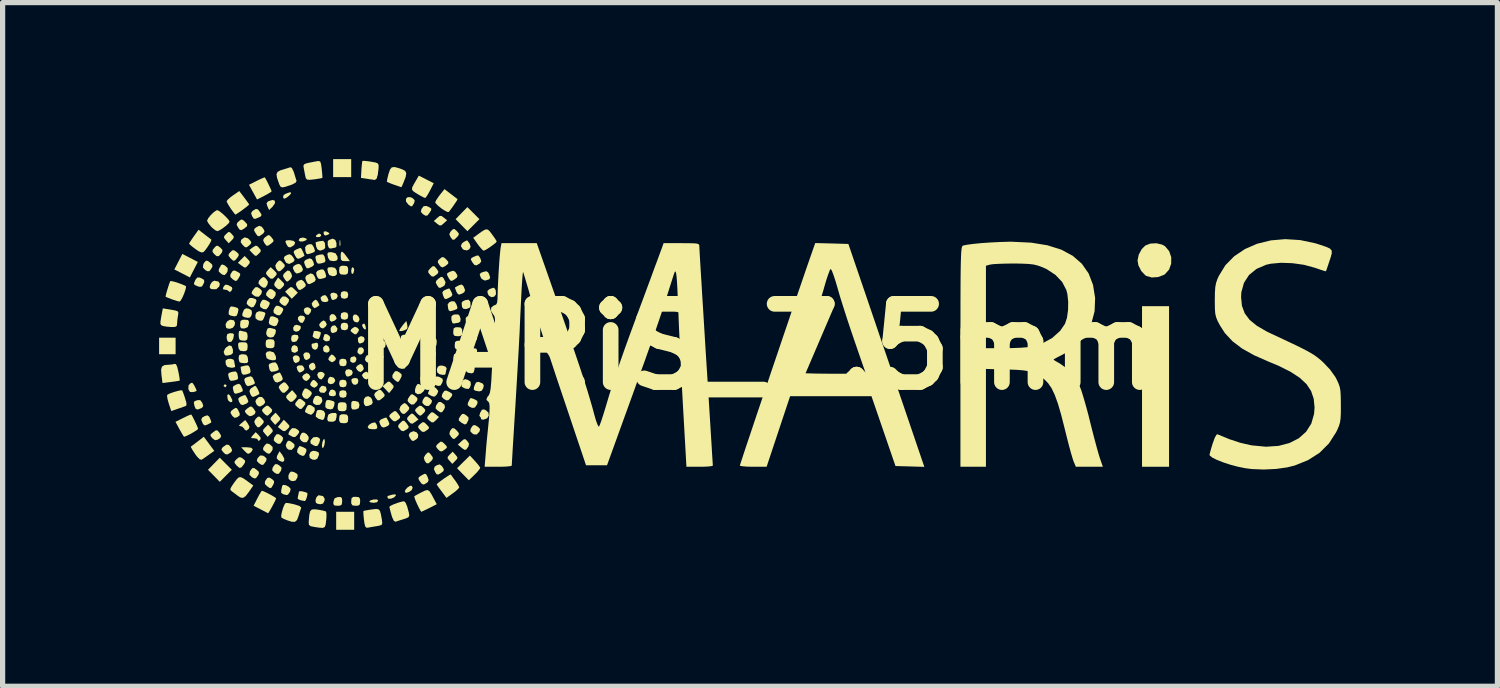
<source format=kicad_pcb>
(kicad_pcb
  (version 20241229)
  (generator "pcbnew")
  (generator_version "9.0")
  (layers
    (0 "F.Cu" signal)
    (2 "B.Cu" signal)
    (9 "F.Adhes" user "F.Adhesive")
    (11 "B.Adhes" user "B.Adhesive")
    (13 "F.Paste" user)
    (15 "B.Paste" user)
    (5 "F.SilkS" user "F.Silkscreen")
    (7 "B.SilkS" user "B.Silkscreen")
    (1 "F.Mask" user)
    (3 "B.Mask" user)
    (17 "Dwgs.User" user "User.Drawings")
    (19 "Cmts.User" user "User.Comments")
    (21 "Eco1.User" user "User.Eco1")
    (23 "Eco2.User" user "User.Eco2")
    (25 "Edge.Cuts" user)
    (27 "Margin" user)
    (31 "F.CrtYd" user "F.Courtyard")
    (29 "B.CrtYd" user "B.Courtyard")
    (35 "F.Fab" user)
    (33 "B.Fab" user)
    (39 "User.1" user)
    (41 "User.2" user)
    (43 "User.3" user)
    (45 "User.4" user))
  (footprint "MARiS_7.5mm"
    (layer "F.Cu")
    (at 11.477 3.596)
    (property "Reference" "MARiS_7.5mm" (at 0 0 0) (layer "F.SilkS") (effects (font (size 1.5 1.5) (thickness 0.3))))
    (attr board_only exclude_from_pos_files exclude_from_bom)
    (fp_poly (pts (xy -7.522 -0.403) (xy -7.512 -0.343) (xy -7.529 -0.328) (xy -7.566 -0.36) (xy -7.587 -0.409) (xy -7.573 -0.436) (xy -7.543 -0.443)) (stroke (width 0) (type solid)) (fill yes) (layer "F.SilkS"))
    (fp_poly (pts (xy -11.161 -0.014) (xy -11.161 0.144) (xy -11.319 0.144) (xy -11.477 0.144) (xy -11.477 -0.014) (xy -11.477 -0.173) (xy -11.319 -0.173) (xy -11.161 -0.173)) (stroke (width 0) (type solid)) (fill yes) (layer "F.SilkS"))
    (fp_poly (pts (xy -10.883 -1.702) (xy -10.735 -1.625) (xy -10.811 -1.477) (xy -10.888 -1.328) (xy -11.036 -1.405) (xy -11.185 -1.481) (xy -11.108 -1.63) (xy -11.032 -1.778)) (stroke (width 0) (type solid)) (fill yes) (layer "F.SilkS"))
    (fp_poly (pts (xy -10.199 2.243) (xy -10.083 2.359) (xy -10.199 2.474) (xy -10.314 2.59) (xy -10.427 2.474) (xy -10.54 2.359) (xy -10.427 2.243) (xy -10.314 2.128)) (stroke (width 0) (type solid)) (fill yes) (layer "F.SilkS"))
    (fp_poly (pts (xy -10.184 0.741) (xy -10.183 0.748) (xy -10.205 0.776) (xy -10.212 0.777) (xy -10.24 0.755) (xy -10.241 0.748) (xy -10.219 0.72) (xy -10.212 0.719)) (stroke (width 0) (type solid)) (fill yes) (layer "F.SilkS"))
    (fp_poly (pts (xy -8.378 -2.155) (xy -8.371 -2.127) (xy -8.395 -2.105) (xy -8.432 -2.1) (xy -8.473 -2.106) (xy -8.465 -2.133) (xy -8.457 -2.143) (xy -8.413 -2.17)) (stroke (width 0) (type solid)) (fill yes) (layer "F.SilkS"))
    (fp_poly (pts (xy -8.232 -2.19) (xy -8.211 -2.166) (xy -8.241 -2.147) (xy -8.29 -2.131) (xy -8.312 -2.143) (xy -8.324 -2.172) (xy -8.32 -2.207) (xy -8.281 -2.212)) (stroke (width 0) (type solid)) (fill yes) (layer "F.SilkS"))
    (fp_poly (pts (xy -8.006 -2.035) (xy -8.001 -1.962) (xy -8.006 -1.934) (xy -8.014 -1.926) (xy -8.019 -1.965) (xy -8.019 -1.985) (xy -8.016 -2.037) (xy -8.008 -2.043)) (stroke (width 0) (type solid)) (fill yes) (layer "F.SilkS"))
    (fp_poly (pts (xy -7.795 -3.423) (xy -7.795 -3.251) (xy -7.968 -3.251) (xy -8.141 -3.251) (xy -8.141 -3.423) (xy -8.141 -3.596) (xy -7.968 -3.596) (xy -7.795 -3.596)) (stroke (width 0) (type solid)) (fill yes) (layer "F.SilkS"))
    (fp_poly (pts (xy -7.743 -1.501) (xy -7.738 -1.469) (xy -7.751 -1.414) (xy -7.767 -1.395) (xy -7.788 -1.405) (xy -7.795 -1.451) (xy -7.786 -1.506) (xy -7.767 -1.525)) (stroke (width 0) (type solid)) (fill yes) (layer "F.SilkS"))
    (fp_poly (pts (xy -7.738 3.337) (xy -7.738 3.509) (xy -7.911 3.509) (xy -8.083 3.509) (xy -8.083 3.337) (xy -8.083 3.164) (xy -7.911 3.164) (xy -7.738 3.164)) (stroke (width 0) (type solid)) (fill yes) (layer "F.SilkS"))
    (fp_poly (pts (xy -7.344 -0.168) (xy -7.354 -0.151) (xy -7.364 -0.144) (xy -7.424 -0.117) (xy -7.449 -0.134) (xy -7.45 -0.144) (xy -7.426 -0.166) (xy -7.386 -0.172)) (stroke (width 0) (type solid)) (fill yes) (layer "F.SilkS"))
    (fp_poly (pts (xy -5.452 -2.561) (xy -5.337 -2.445) (xy -5.452 -2.33) (xy -5.568 -2.214) (xy -5.681 -2.33) (xy -5.794 -2.445) (xy -5.681 -2.561) (xy -5.568 -2.676)) (stroke (width 0) (type solid)) (fill yes) (layer "F.SilkS"))
    (fp_poly (pts (xy 7.882 0.762) (xy 7.882 2.301) (xy 7.623 2.301) (xy 7.364 2.301) (xy 7.364 0.762) (xy 7.364 -0.777) (xy 7.623 -0.777) (xy 7.882 -0.777)) (stroke (width 0) (type solid)) (fill yes) (layer "F.SilkS"))
    (fp_poly (pts (xy -10.123 0.929) (xy -10.108 0.953) (xy -10.075 1.022) (xy -10.076 1.056) (xy -10.108 1.064) (xy -10.145 1.04) (xy -10.164 1.002) (xy -10.171 0.936) (xy -10.155 0.909)) (stroke (width 0) (type solid)) (fill yes) (layer "F.SilkS"))
    (fp_poly (pts (xy -9.714 1.936) (xy -9.681 1.964) (xy -9.703 2.008) (xy -9.718 2.024) (xy -9.757 2.052) (xy -9.79 2.045) (xy -9.838 1.999) (xy -9.905 1.927) (xy -9.801 1.927)) (stroke (width 0) (type solid)) (fill yes) (layer "F.SilkS"))
    (fp_poly (pts (xy -8.927 -1.139) (xy -8.881 -1.098) (xy -8.818 -1.036) (xy -8.876 -0.977) (xy -8.935 -0.919) (xy -8.998 -0.987) (xy -9.062 -1.055) (xy -9.003 -1.108) (xy -8.959 -1.142)) (stroke (width 0) (type solid)) (fill yes) (layer "F.SilkS"))
    (fp_poly (pts (xy -8.836 -0.01) (xy -8.82 0.017) (xy -8.815 0.08) (xy -8.859 0.112) (xy -8.89 0.115) (xy -8.934 0.097) (xy -8.946 0.043) (xy -8.926 -0.012) (xy -8.882 -0.031)) (stroke (width 0) (type solid)) (fill yes) (layer "F.SilkS"))
    (fp_poly (pts (xy -8.23 -0.005) (xy -8.208 0.046) (xy -8.214 0.089) (xy -8.257 0.114) (xy -8.308 0.102) (xy -8.331 0.073) (xy -8.332 0.012) (xy -8.294 -0.025) (xy -8.271 -0.029)) (stroke (width 0) (type solid)) (fill yes) (layer "F.SilkS"))
    (fp_poly (pts (xy -7.699 0.214) (xy -7.695 0.247) (xy -7.715 0.294) (xy -7.76 0.311) (xy -7.803 0.291) (xy -7.814 0.272) (xy -7.811 0.219) (xy -7.792 0.199) (xy -7.733 0.182)) (stroke (width 0) (type solid)) (fill yes) (layer "F.SilkS"))
    (fp_poly (pts (xy -7.674 0.609) (xy -7.657 0.651) (xy -7.67 0.705) (xy -7.71 0.731) (xy -7.756 0.722) (xy -7.783 0.685) (xy -7.793 0.633) (xy -7.771 0.61) (xy -7.724 0.6)) (stroke (width 0) (type solid)) (fill yes) (layer "F.SilkS"))
    (fp_poly (pts (xy -7.572 0.024) (xy -7.549 0.065) (xy -7.562 0.114) (xy -7.6 0.147) (xy -7.632 0.15) (xy -7.672 0.118) (xy -7.675 0.079) (xy -7.649 0.019) (xy -7.599 0.011)) (stroke (width 0) (type solid)) (fill yes) (layer "F.SilkS"))
    (fp_poly (pts (xy -7.2 0.138) (xy -7.175 0.187) (xy -7.179 0.211) (xy -7.217 0.252) (xy -7.265 0.252) (xy -7.296 0.217) (xy -7.298 0.162) (xy -7.274 0.122) (xy -7.254 0.116)) (stroke (width 0) (type solid)) (fill yes) (layer "F.SilkS"))
    (fp_poly (pts (xy -9.779 -1.68) (xy -9.74 -1.635) (xy -9.742 -1.602) (xy -9.773 -1.561) (xy -9.813 -1.521) (xy -9.845 -1.52) (xy -9.897 -1.555) (xy -9.967 -1.608) (xy -9.903 -1.674) (xy -9.838 -1.739)) (stroke (width 0) (type solid)) (fill yes) (layer "F.SilkS"))
    (fp_poly (pts (xy -9.334 1.553) (xy -9.299 1.599) (xy -9.303 1.632) (xy -9.338 1.67) (xy -9.396 1.728) (xy -9.449 1.668) (xy -9.485 1.623) (xy -9.481 1.59) (xy -9.446 1.551) (xy -9.388 1.494)) (stroke (width 0) (type solid)) (fill yes) (layer "F.SilkS"))
    (fp_poly (pts (xy -9.259 -2.798) (xy -9.256 -2.751) (xy -9.3 -2.686) (xy -9.305 -2.682) (xy -9.369 -2.62) (xy -9.401 -2.69) (xy -9.418 -2.746) (xy -9.397 -2.779) (xy -9.379 -2.79) (xy -9.302 -2.814)) (stroke (width 0) (type solid)) (fill yes) (layer "F.SilkS"))
    (fp_poly (pts (xy -9.191 1.323) (xy -9.155 1.369) (xy -9.159 1.401) (xy -9.194 1.44) (xy -9.252 1.498) (xy -9.306 1.438) (xy -9.342 1.393) (xy -9.337 1.36) (xy -9.302 1.321) (xy -9.245 1.264)) (stroke (width 0) (type solid)) (fill yes) (layer "F.SilkS"))
    (fp_poly (pts (xy -9.116 2.074) (xy -9.078 2.145) (xy -9.081 2.193) (xy -9.119 2.208) (xy -9.184 2.18) (xy -9.188 2.177) (xy -9.223 2.14) (xy -9.217 2.095) (xy -9.205 2.071) (xy -9.169 2.004)) (stroke (width 0) (type solid)) (fill yes) (layer "F.SilkS"))
    (fp_poly (pts (xy -8.947 -2.941) (xy -8.969 -2.911) (xy -9.016 -2.87) (xy -9.066 -2.839) (xy -9.091 -2.844) (xy -9.101 -2.864) (xy -9.091 -2.908) (xy -9.044 -2.935) (xy -8.979 -2.958) (xy -8.952 -2.959)) (stroke (width 0) (type solid)) (fill yes) (layer "F.SilkS"))
    (fp_poly (pts (xy -8.811 0.174) (xy -8.781 0.215) (xy -8.784 0.266) (xy -8.806 0.291) (xy -8.86 0.314) (xy -8.89 0.292) (xy -8.9 0.271) (xy -8.916 0.208) (xy -8.894 0.176) (xy -8.861 0.165)) (stroke (width 0) (type solid)) (fill yes) (layer "F.SilkS"))
    (fp_poly (pts (xy -8.713 -0.591) (xy -8.697 -0.582) (xy -8.678 -0.551) (xy -8.697 -0.498) (xy -8.728 -0.456) (xy -8.764 -0.461) (xy -8.781 -0.473) (xy -8.818 -0.523) (xy -8.811 -0.57) (xy -8.772 -0.597)) (stroke (width 0) (type solid)) (fill yes) (layer "F.SilkS"))
    (fp_poly (pts (xy -8.683 -2.084) (xy -8.644 -2.065) (xy -8.656 -2.043) (xy -8.662 -2.04) (xy -8.719 -2.018) (xy -8.774 -2.017) (xy -8.802 -2.037) (xy -8.802 -2.041) (xy -8.779 -2.081) (xy -8.72 -2.092)) (stroke (width 0) (type solid)) (fill yes) (layer "F.SilkS"))
    (fp_poly (pts (xy -8.646 1.678) (xy -8.609 1.731) (xy -8.614 1.778) (xy -8.65 1.832) (xy -8.706 1.832) (xy -8.751 1.805) (xy -8.782 1.758) (xy -8.772 1.704) (xy -8.74 1.651) (xy -8.698 1.647)) (stroke (width 0) (type solid)) (fill yes) (layer "F.SilkS"))
    (fp_poly (pts (xy -8.609 0.116) (xy -8.58 0.158) (xy -8.583 0.208) (xy -8.605 0.233) (xy -8.658 0.257) (xy -8.689 0.235) (xy -8.699 0.213) (xy -8.714 0.151) (xy -8.692 0.119) (xy -8.659 0.107)) (stroke (width 0) (type solid)) (fill yes) (layer "F.SilkS"))
    (fp_poly (pts (xy -8.598 -0.746) (xy -8.56 -0.712) (xy -8.571 -0.664) (xy -8.573 -0.66) (xy -8.613 -0.611) (xy -8.657 -0.617) (xy -8.687 -0.647) (xy -8.706 -0.701) (xy -8.683 -0.743) (xy -8.632 -0.757)) (stroke (width 0) (type solid)) (fill yes) (layer "F.SilkS"))
    (fp_poly (pts (xy -8.493 0.333) (xy -8.488 0.341) (xy -8.477 0.401) (xy -8.493 0.427) (xy -8.542 0.458) (xy -8.582 0.434) (xy -8.598 0.408) (xy -8.607 0.359) (xy -8.571 0.322) (xy -8.524 0.304)) (stroke (width 0) (type solid)) (fill yes) (layer "F.SilkS"))
    (fp_poly (pts (xy -8.339 0.49) (xy -8.303 0.521) (xy -8.312 0.562) (xy -8.32 0.576) (xy -8.36 0.625) (xy -8.396 0.622) (xy -8.428 0.59) (xy -8.447 0.536) (xy -8.424 0.493) (xy -8.373 0.48)) (stroke (width 0) (type solid)) (fill yes) (layer "F.SilkS"))
    (fp_poly (pts (xy -8.306 1.773) (xy -8.299 1.82) (xy -8.309 1.885) (xy -8.329 1.934) (xy -8.349 1.94) (xy -8.35 1.938) (xy -8.356 1.891) (xy -8.346 1.825) (xy -8.326 1.777) (xy -8.307 1.771)) (stroke (width 0) (type solid)) (fill yes) (layer "F.SilkS"))
    (fp_poly (pts (xy -8.28 0.767) (xy -8.266 0.819) (xy -8.273 0.846) (xy -8.31 0.885) (xy -8.376 0.879) (xy -8.389 0.874) (xy -8.412 0.841) (xy -8.402 0.794) (xy -8.368 0.756) (xy -8.34 0.748)) (stroke (width 0) (type solid)) (fill yes) (layer "F.SilkS"))
    (fp_poly (pts (xy -8.13 0.593) (xy -8.102 0.64) (xy -8.104 0.663) (xy -8.138 0.706) (xy -8.192 0.719) (xy -8.237 0.697) (xy -8.24 0.693) (xy -8.245 0.648) (xy -8.227 0.598) (xy -8.197 0.575)) (stroke (width 0) (type solid)) (fill yes) (layer "F.SilkS"))
    (fp_poly (pts (xy -8.124 -0.621) (xy -8.085 -0.579) (xy -8.074 -0.535) (xy -8.109 -0.503) (xy -8.125 -0.495) (xy -8.177 -0.479) (xy -8.201 -0.502) (xy -8.209 -0.526) (xy -8.207 -0.591) (xy -8.172 -0.625)) (stroke (width 0) (type solid)) (fill yes) (layer "F.SilkS"))
    (fp_poly (pts (xy -8.104 0.843) (xy -8.088 0.885) (xy -8.092 0.932) (xy -8.132 0.949) (xy -8.155 0.949) (xy -8.21 0.94) (xy -8.224 0.904) (xy -8.222 0.885) (xy -8.193 0.83) (xy -8.155 0.82)) (stroke (width 0) (type solid)) (fill yes) (layer "F.SilkS"))
    (fp_poly (pts (xy -8.094 -0.4) (xy -8.057 -0.345) (xy -8.07 -0.296) (xy -8.1 -0.276) (xy -8.152 -0.261) (xy -8.176 -0.276) (xy -8.188 -0.302) (xy -8.189 -0.358) (xy -8.159 -0.4) (xy -8.114 -0.41)) (stroke (width 0) (type solid)) (fill yes) (layer "F.SilkS"))
    (fp_poly (pts (xy -8.072 -1.016) (xy -8.052 -0.972) (xy -8.073 -0.926) (xy -8.1 -0.909) (xy -8.148 -0.894) (xy -8.169 -0.909) (xy -8.181 -0.937) (xy -8.196 -1.002) (xy -8.173 -1.03) (xy -8.126 -1.036)) (stroke (width 0) (type solid)) (fill yes) (layer "F.SilkS"))
    (fp_poly (pts (xy -7.931 -1.79) (xy -7.881 -1.725) (xy -7.82 -1.64) (xy -7.909 -1.64) (xy -7.967 -1.645) (xy -7.992 -1.672) (xy -7.997 -1.739) (xy -7.997 -1.742) (xy -7.991 -1.807) (xy -7.97 -1.823)) (stroke (width 0) (type solid)) (fill yes) (layer "F.SilkS"))
    (fp_poly (pts (xy -7.549 -0.181) (xy -7.537 -0.135) (xy -7.558 -0.09) (xy -7.582 -0.075) (xy -7.63 -0.06) (xy -7.651 -0.075) (xy -7.663 -0.103) (xy -7.667 -0.166) (xy -7.623 -0.198) (xy -7.592 -0.201)) (stroke (width 0) (type solid)) (fill yes) (layer "F.SilkS"))
    (fp_poly (pts (xy -7.458 0.168) (xy -7.441 0.179) (xy -7.405 0.232) (xy -7.409 0.267) (xy -7.435 0.31) (xy -7.476 0.306) (xy -7.506 0.289) (xy -7.532 0.251) (xy -7.52 0.202) (xy -7.493 0.161)) (stroke (width 0) (type solid)) (fill yes) (layer "F.SilkS"))
    (fp_poly (pts (xy -7.297 2.928) (xy -7.278 2.953) (xy -7.303 2.982) (xy -7.364 2.992) (xy -7.425 2.984) (xy -7.45 2.966) (xy -7.45 2.966) (xy -7.425 2.945) (xy -7.365 2.928) (xy -7.364 2.928)) (stroke (width 0) (type solid)) (fill yes) (layer "F.SilkS"))
    (fp_poly (pts (xy -7.056 0.673) (xy -7.02 0.707) (xy -6.983 0.75) (xy -6.986 0.784) (xy -7.017 0.826) (xy -7.069 0.889) (xy -7.131 0.823) (xy -7.192 0.758) (xy -7.133 0.704) (xy -7.088 0.669)) (stroke (width 0) (type solid)) (fill yes) (layer "F.SilkS"))
    (fp_poly (pts (xy -6.616 2.704) (xy -6.638 2.751) (xy -6.686 2.784) (xy -6.742 2.802) (xy -6.767 2.784) (xy -6.767 2.782) (xy -6.756 2.743) (xy -6.716 2.698) (xy -6.668 2.667) (xy -6.638 2.665)) (stroke (width 0) (type solid)) (fill yes) (layer "F.SilkS"))
    (fp_poly (pts (xy -6.021 -2.475) (xy -5.957 -2.424) (xy -6.021 -2.365) (xy -6.068 -2.326) (xy -6.103 -2.325) (xy -6.147 -2.357) (xy -6.211 -2.409) (xy -6.147 -2.468) (xy -6.1 -2.507) (xy -6.064 -2.507)) (stroke (width 0) (type solid)) (fill yes) (layer "F.SilkS"))
    (fp_poly (pts (xy -5.796 2.071) (xy -5.76 2.117) (xy -5.764 2.149) (xy -5.8 2.188) (xy -5.857 2.246) (xy -5.911 2.186) (xy -5.947 2.141) (xy -5.943 2.108) (xy -5.908 2.069) (xy -5.85 2.012)) (stroke (width 0) (type solid)) (fill yes) (layer "F.SilkS"))
    (fp_poly (pts (xy -10.34 -1.249) (xy -10.312 -1.205) (xy -10.325 -1.154) (xy -10.38 -1.103) (xy -10.461 -1.102) (xy -10.491 -1.112) (xy -10.508 -1.143) (xy -10.495 -1.193) (xy -10.463 -1.241) (xy -10.42 -1.265) (xy -10.416 -1.265)) (stroke (width 0) (type solid)) (fill yes) (layer "F.SilkS"))
    (fp_poly (pts (xy -10.121 -2.196) (xy -10.082 -2.157) (xy -10.046 -2.112) (xy -10.051 -2.079) (xy -10.086 -2.04) (xy -10.143 -1.983) (xy -10.197 -2.042) (xy -10.233 -2.088) (xy -10.229 -2.121) (xy -10.194 -2.159) (xy -10.15 -2.198)) (stroke (width 0) (type solid)) (fill yes) (layer "F.SilkS"))
    (fp_poly (pts (xy -10.043 -0.505) (xy -10.022 -0.46) (xy -10.03 -0.408) (xy -10.064 -0.363) (xy -10.122 -0.343) (xy -10.177 -0.352) (xy -10.194 -0.369) (xy -10.203 -0.429) (xy -10.173 -0.486) (xy -10.119 -0.517) (xy -10.109 -0.518)) (stroke (width 0) (type solid)) (fill yes) (layer "F.SilkS"))
    (fp_poly (pts (xy -9.758 -0.729) (xy -9.705 -0.698) (xy -9.697 -0.639) (xy -9.711 -0.592) (xy -9.735 -0.559) (xy -9.779 -0.553) (xy -9.846 -0.567) (xy -9.883 -0.593) (xy -9.879 -0.642) (xy -9.849 -0.712) (xy -9.809 -0.736)) (stroke (width 0) (type solid)) (fill yes) (layer "F.SilkS"))
    (fp_poly (pts (xy -9.505 0.964) (xy -9.462 1.01) (xy -9.443 1.064) (xy -9.467 1.102) (xy -9.48 1.112) (xy -9.538 1.146) (xy -9.578 1.138) (xy -9.61 1.105) (xy -9.632 1.05) (xy -9.617 1.012) (xy -9.563 0.962)) (stroke (width 0) (type solid)) (fill yes) (layer "F.SilkS"))
    (fp_poly (pts (xy -9.279 0.109) (xy -9.241 0.179) (xy -9.234 0.237) (xy -9.257 0.257) (xy -9.309 0.26) (xy -9.368 0.247) (xy -9.411 0.223) (xy -9.418 0.213) (xy -9.435 0.137) (xy -9.411 0.097) (xy -9.352 0.086)) (stroke (width 0) (type solid)) (fill yes) (layer "F.SilkS"))
    (fp_poly (pts (xy -9.272 -1.463) (xy -9.228 -1.416) (xy -9.225 -1.383) (xy -9.253 -1.347) (xy -9.301 -1.303) (xy -9.341 -1.305) (xy -9.392 -1.352) (xy -9.427 -1.397) (xy -9.422 -1.431) (xy -9.392 -1.467) (xy -9.339 -1.525)) (stroke (width 0) (type solid)) (fill yes) (layer "F.SilkS"))
    (fp_poly (pts (xy -9.129 -1.262) (xy -9.085 -1.215) (xy -9.081 -1.182) (xy -9.109 -1.146) (xy -9.157 -1.101) (xy -9.196 -1.103) (xy -9.24 -1.14) (xy -9.271 -1.18) (xy -9.265 -1.219) (xy -9.242 -1.257) (xy -9.197 -1.326)) (stroke (width 0) (type solid)) (fill yes) (layer "F.SilkS"))
    (fp_poly (pts (xy -9.025 1.462) (xy -8.983 1.508) (xy -8.981 1.539) (xy -9.018 1.58) (xy -9.019 1.581) (xy -9.064 1.618) (xy -9.1 1.615) (xy -9.139 1.588) (xy -9.202 1.539) (xy -9.144 1.469) (xy -9.087 1.4)) (stroke (width 0) (type solid)) (fill yes) (layer "F.SilkS"))
    (fp_poly (pts (xy -8.975 1.804) (xy -8.931 1.83) (xy -8.884 1.871) (xy -8.882 1.913) (xy -8.89 1.93) (xy -8.939 1.979) (xy -8.997 1.973) (xy -9.031 1.944) (xy -9.05 1.892) (xy -9.033 1.843) (xy -9.007 1.803)) (stroke (width 0) (type solid)) (fill yes) (layer "F.SilkS"))
    (fp_poly (pts (xy -8.901 -2.029) (xy -8.869 -1.997) (xy -8.886 -1.953) (xy -8.904 -1.937) (xy -8.964 -1.903) (xy -9.004 -1.914) (xy -9.031 -1.954) (xy -9.057 -2.012) (xy -9.043 -2.037) (xy -8.981 -2.042) (xy -8.977 -2.042)) (stroke (width 0) (type solid)) (fill yes) (layer "F.SilkS"))
    (fp_poly (pts (xy -8.875 0.891) (xy -8.839 0.937) (xy -8.844 0.971) (xy -8.874 1.007) (xy -8.926 1.054) (xy -8.965 1.056) (xy -9.014 1.012) (xy -9.043 0.972) (xy -9.035 0.939) (xy -8.994 0.896) (xy -8.927 0.833)) (stroke (width 0) (type solid)) (fill yes) (layer "F.SilkS"))
    (fp_poly (pts (xy -8.818 -0.221) (xy -8.806 -0.183) (xy -8.807 -0.165) (xy -8.84 -0.107) (xy -8.881 -0.091) (xy -8.93 -0.095) (xy -8.946 -0.136) (xy -8.946 -0.156) (xy -8.935 -0.212) (xy -8.89 -0.23) (xy -8.872 -0.23)) (stroke (width 0) (type solid)) (fill yes) (layer "F.SilkS"))
    (fp_poly (pts (xy -8.736 0.358) (xy -8.713 0.378) (xy -8.69 0.425) (xy -8.708 0.457) (xy -8.741 0.48) (xy -8.785 0.497) (xy -8.814 0.469) (xy -8.826 0.445) (xy -8.842 0.393) (xy -8.819 0.366) (xy -8.797 0.358)) (stroke (width 0) (type solid)) (fill yes) (layer "F.SilkS"))
    (fp_poly (pts (xy -8.613 0.523) (xy -8.603 0.532) (xy -8.578 0.574) (xy -8.6 0.617) (xy -8.648 0.657) (xy -8.691 0.644) (xy -8.717 0.618) (xy -8.736 0.577) (xy -8.71 0.541) (xy -8.699 0.533) (xy -8.651 0.507)) (stroke (width 0) (type solid)) (fill yes) (layer "F.SilkS"))
    (fp_poly (pts (xy -8.475 2.001) (xy -8.421 2.024) (xy -8.412 2.063) (xy -8.416 2.082) (xy -8.445 2.147) (xy -8.488 2.168) (xy -8.536 2.164) (xy -8.589 2.133) (xy -8.599 2.074) (xy -8.576 2.019) (xy -8.528 1.995)) (stroke (width 0) (type solid)) (fill yes) (layer "F.SilkS"))
    (fp_poly (pts (xy -8.44 -0.074) (xy -8.428 -0.028) (xy -8.428 -0.017) (xy -8.447 0.04) (xy -8.489 0.06) (xy -8.533 0.038) (xy -8.552 0) (xy -8.554 -0.046) (xy -8.543 -0.058) (xy -8.498 -0.067) (xy -8.474 -0.075)) (stroke (width 0) (type solid)) (fill yes) (layer "F.SilkS"))
    (fp_poly (pts (xy -8.429 0.941) (xy -8.364 0.973) (xy -8.348 1.028) (xy -8.356 1.065) (xy -8.396 1.112) (xy -8.462 1.118) (xy -8.509 1.097) (xy -8.531 1.062) (xy -8.517 0.999) (xy -8.484 0.946) (xy -8.435 0.939)) (stroke (width 0) (type solid)) (fill yes) (layer "F.SilkS"))
    (fp_poly (pts (xy -8.336 2.863) (xy -8.304 2.911) (xy -8.306 2.95) (xy -8.335 3.006) (xy -8.387 3.02) (xy -8.446 3.009) (xy -8.472 2.991) (xy -8.479 2.939) (xy -8.46 2.883) (xy -8.424 2.849) (xy -8.414 2.848)) (stroke (width 0) (type solid)) (fill yes) (layer "F.SilkS"))
    (fp_poly (pts (xy -8.301 -0.493) (xy -8.285 -0.475) (xy -8.263 -0.429) (xy -8.284 -0.388) (xy -8.333 -0.349) (xy -8.376 -0.363) (xy -8.396 -0.384) (xy -8.41 -0.425) (xy -8.376 -0.47) (xy -8.375 -0.471) (xy -8.331 -0.503)) (stroke (width 0) (type solid)) (fill yes) (layer "F.SilkS"))
    (fp_poly (pts (xy -8.259 -0.956) (xy -8.257 -0.952) (xy -8.231 -0.896) (xy -8.24 -0.87) (xy -8.285 -0.855) (xy -8.346 -0.863) (xy -8.372 -0.893) (xy -8.383 -0.942) (xy -8.345 -0.977) (xy -8.344 -0.977) (xy -8.294 -0.991)) (stroke (width 0) (type solid)) (fill yes) (layer "F.SilkS"))
    (fp_poly (pts (xy -8.256 -0.238) (xy -8.209 -0.204) (xy -8.198 -0.171) (xy -8.212 -0.116) (xy -8.261 -0.103) (xy -8.294 -0.108) (xy -8.331 -0.136) (xy -8.33 -0.163) (xy -8.315 -0.215) (xy -8.313 -0.23) (xy -8.29 -0.243)) (stroke (width 0) (type solid)) (fill yes) (layer "F.SilkS"))
    (fp_poly (pts (xy -8.145 0.158) (xy -8.12 0.181) (xy -8.087 0.223) (xy -8.099 0.257) (xy -8.113 0.272) (xy -8.158 0.298) (xy -8.202 0.278) (xy -8.234 0.244) (xy -8.222 0.205) (xy -8.209 0.187) (xy -8.175 0.15)) (stroke (width 0) (type solid)) (fill yes) (layer "F.SilkS"))
    (fp_poly (pts (xy -8.099 -2.046) (xy -8.077 -1.985) (xy -8.078 -1.918) (xy -8.1 -1.899) (xy -8.158 -1.889) (xy -8.18 -1.882) (xy -8.219 -1.888) (xy -8.244 -1.942) (xy -8.246 -2.016) (xy -8.224 -2.045) (xy -8.15 -2.072)) (stroke (width 0) (type solid)) (fill yes) (layer "F.SilkS"))
    (fp_poly (pts (xy -7.784 0.451) (xy -7.764 0.496) (xy -7.785 0.541) (xy -7.812 0.558) (xy -7.857 0.573) (xy -7.879 0.568) (xy -7.891 0.556) (xy -7.908 0.514) (xy -7.911 0.484) (xy -7.891 0.442) (xy -7.839 0.431)) (stroke (width 0) (type solid)) (fill yes) (layer "F.SilkS"))
    (fp_poly (pts (xy -7.698 -0.616) (xy -7.656 -0.581) (xy -7.636 -0.531) (xy -7.639 -0.51) (xy -7.663 -0.469) (xy -7.702 -0.469) (xy -7.731 -0.479) (xy -7.76 -0.517) (xy -7.765 -0.573) (xy -7.743 -0.616) (xy -7.742 -0.616)) (stroke (width 0) (type solid)) (fill yes) (layer "F.SilkS"))
    (fp_poly (pts (xy -7.586 0.347) (xy -7.573 0.363) (xy -7.553 0.417) (xy -7.569 0.451) (xy -7.614 0.486) (xy -7.658 0.469) (xy -7.683 0.443) (xy -7.705 0.402) (xy -7.681 0.368) (xy -7.665 0.355) (xy -7.619 0.33)) (stroke (width 0) (type solid)) (fill yes) (layer "F.SilkS"))
    (fp_poly (pts (xy -7.473 0.498) (xy -7.463 0.511) (xy -7.442 0.567) (xy -7.456 0.597) (xy -7.5 0.63) (xy -7.545 0.611) (xy -7.568 0.587) (xy -7.59 0.546) (xy -7.566 0.511) (xy -7.553 0.501) (xy -7.506 0.477)) (stroke (width 0) (type solid)) (fill yes) (layer "F.SilkS"))
    (fp_poly (pts (xy -7.417 0.976) (xy -7.395 1.014) (xy -7.382 1.074) (xy -7.408 1.11) (xy -7.471 1.135) (xy -7.52 1.139) (xy -7.547 1.102) (xy -7.554 1.077) (xy -7.552 1.006) (xy -7.518 0.961) (xy -7.467 0.949)) (stroke (width 0) (type solid)) (fill yes) (layer "F.SilkS"))
    (fp_poly (pts (xy -7.405 -0.046) (xy -7.352 -0.031) (xy -7.336 -0.029) (xy -7.323 -0.006) (xy -7.327 0.029) (xy -7.36 0.079) (xy -7.405 0.086) (xy -7.442 0.053) (xy -7.45 0.011) (xy -7.442 -0.042) (xy -7.411 -0.048)) (stroke (width 0) (type solid)) (fill yes) (layer "F.SilkS"))
    (fp_poly (pts (xy -6.938 2.849) (xy -6.938 2.851) (xy -6.972 2.888) (xy -7.027 2.912) (xy -7.077 2.914) (xy -7.093 2.902) (xy -7.104 2.875) (xy -7.085 2.858) (xy -7.024 2.84) (xy -7.009 2.836) (xy -6.95 2.829)) (stroke (width 0) (type solid)) (fill yes) (layer "F.SilkS"))
    (fp_poly (pts (xy -6.722 -0.427) (xy -6.716 -0.369) (xy -6.725 -0.342) (xy -6.768 -0.317) (xy -6.823 -0.301) (xy -6.865 -0.299) (xy -6.874 -0.307) (xy -6.857 -0.343) (xy -6.815 -0.401) (xy -6.806 -0.413) (xy -6.739 -0.494)) (stroke (width 0) (type solid)) (fill yes) (layer "F.SilkS"))
    (fp_poly (pts (xy -6.65 -2.864) (xy -6.609 -2.841) (xy -6.578 -2.805) (xy -6.587 -2.759) (xy -6.598 -2.738) (xy -6.627 -2.693) (xy -6.655 -2.692) (xy -6.699 -2.724) (xy -6.745 -2.784) (xy -6.745 -2.837) (xy -6.71 -2.868)) (stroke (width 0) (type solid)) (fill yes) (layer "F.SilkS"))
    (fp_poly (pts (xy -6.543 1.639) (xy -6.51 1.686) (xy -6.516 1.743) (xy -6.545 1.773) (xy -6.6 1.807) (xy -6.635 1.798) (xy -6.669 1.751) (xy -6.692 1.698) (xy -6.675 1.658) (xy -6.664 1.646) (xy -6.603 1.619)) (stroke (width 0) (type solid)) (fill yes) (layer "F.SilkS"))
    (fp_poly (pts (xy -6.344 0.529) (xy -6.29 0.552) (xy -6.282 0.591) (xy -6.287 0.612) (xy -6.316 0.681) (xy -6.354 0.701) (xy -6.408 0.688) (xy -6.461 0.647) (xy -6.472 0.595) (xy -6.446 0.549) (xy -6.389 0.525)) (stroke (width 0) (type solid)) (fill yes) (layer "F.SilkS"))
    (fp_poly (pts (xy -6.18 1.293) (xy -6.113 1.348) (xy -6.172 1.409) (xy -6.218 1.45) (xy -6.252 1.45) (xy -6.294 1.418) (xy -6.335 1.378) (xy -6.335 1.346) (xy -6.302 1.302) (xy -6.261 1.259) (xy -6.23 1.257)) (stroke (width 0) (type solid)) (fill yes) (layer "F.SilkS"))
    (fp_poly (pts (xy -5.453 -0.579) (xy -5.431 -0.518) (xy -5.431 -0.451) (xy -5.454 -0.431) (xy -5.512 -0.422) (xy -5.534 -0.414) (xy -5.573 -0.421) (xy -5.598 -0.475) (xy -5.6 -0.549) (xy -5.577 -0.578) (xy -5.504 -0.604)) (stroke (width 0) (type solid)) (fill yes) (layer "F.SilkS"))
    (fp_poly (pts (xy -5.039 -1.112) (xy -5.023 -1.073) (xy -5.02 -1.004) (xy -5.052 -0.961) (xy -5.102 -0.949) (xy -5.153 -0.975) (xy -5.176 -1.014) (xy -5.185 -1.065) (xy -5.153 -1.098) (xy -5.124 -1.112) (xy -5.068 -1.131)) (stroke (width 0) (type solid)) (fill yes) (layer "F.SilkS"))
    (fp_poly (pts (xy -10.822 0.713) (xy -10.792 0.763) (xy -10.767 0.817) (xy -10.758 0.847) (xy -10.783 0.859) (xy -10.828 0.87) (xy -10.884 0.868) (xy -10.912 0.825) (xy -10.916 0.811) (xy -10.913 0.74) (xy -10.871 0.697) (xy -10.842 0.691)) (stroke (width 0) (type solid)) (fill yes) (layer "F.SilkS"))
    (fp_poly (pts (xy -10.545 -1.644) (xy -10.503 -1.615) (xy -10.458 -1.572) (xy -10.456 -1.534) (xy -10.474 -1.5) (xy -10.51 -1.451) (xy -10.544 -1.445) (xy -10.593 -1.469) (xy -10.638 -1.519) (xy -10.629 -1.585) (xy -10.607 -1.619) (xy -10.577 -1.649)) (stroke (width 0) (type solid)) (fill yes) (layer "F.SilkS"))
    (fp_poly (pts (xy -10.349 -1.933) (xy -10.307 -1.902) (xy -10.265 -1.859) (xy -10.266 -1.822) (xy -10.287 -1.787) (xy -10.334 -1.736) (xy -10.376 -1.736) (xy -10.424 -1.779) (xy -10.455 -1.822) (xy -10.448 -1.858) (xy -10.421 -1.893) (xy -10.381 -1.934)) (stroke (width 0) (type solid)) (fill yes) (layer "F.SilkS"))
    (fp_poly (pts (xy -10.139 1.884) (xy -10.1 1.932) (xy -10.077 1.983) (xy -10.094 2.018) (xy -10.113 2.033) (xy -10.169 2.066) (xy -10.21 2.058) (xy -10.251 2.018) (xy -10.282 1.975) (xy -10.271 1.942) (xy -10.246 1.918) (xy -10.185 1.876)) (stroke (width 0) (type solid)) (fill yes) (layer "F.SilkS"))
    (fp_poly (pts (xy -10.059 -0.254) (xy -10.042 -0.229) (xy -10.053 -0.168) (xy -10.057 -0.151) (xy -10.09 -0.097) (xy -10.138 -0.089) (xy -10.164 -0.105) (xy -10.179 -0.147) (xy -10.183 -0.192) (xy -10.17 -0.243) (xy -10.12 -0.259) (xy -10.111 -0.259)) (stroke (width 0) (type solid)) (fill yes) (layer "F.SilkS"))
    (fp_poly (pts (xy -9.811 -0.081) (xy -9.785 -0.054) (xy -9.78 0) (xy -9.788 0.061) (xy -9.821 0.084) (xy -9.863 0.086) (xy -9.924 0.077) (xy -9.952 0.037) (xy -9.959 0) (xy -9.963 -0.059) (xy -9.94 -0.082) (xy -9.876 -0.086)) (stroke (width 0) (type solid)) (fill yes) (layer "F.SilkS"))
    (fp_poly (pts (xy -9.777 1.472) (xy -9.745 1.533) (xy -9.757 1.574) (xy -9.804 1.609) (xy -9.839 1.587) (xy -9.848 1.568) (xy -9.888 1.53) (xy -9.916 1.524) (xy -9.945 1.518) (xy -9.931 1.494) (xy -9.897 1.464) (xy -9.827 1.406)) (stroke (width 0) (type solid)) (fill yes) (layer "F.SilkS"))
    (fp_poly (pts (xy -9.775 -0.512) (xy -9.755 -0.483) (xy -9.757 -0.439) (xy -9.777 -0.377) (xy -9.832 -0.352) (xy -9.845 -0.35) (xy -9.9 -0.351) (xy -9.921 -0.38) (xy -9.924 -0.43) (xy -9.917 -0.492) (xy -9.885 -0.515) (xy -9.836 -0.518)) (stroke (width 0) (type solid)) (fill yes) (layer "F.SilkS"))
    (fp_poly (pts (xy -9.699 1.15) (xy -9.663 1.19) (xy -9.628 1.247) (xy -9.642 1.289) (xy -9.692 1.322) (xy -9.743 1.332) (xy -9.794 1.295) (xy -9.798 1.291) (xy -9.832 1.248) (xy -9.826 1.218) (xy -9.782 1.18) (xy -9.731 1.147)) (stroke (width 0) (type solid)) (fill yes) (layer "F.SilkS"))
    (fp_poly (pts (xy -9.685 -0.933) (xy -9.624 -0.91) (xy -9.609 -0.88) (xy -9.63 -0.823) (xy -9.631 -0.82) (xy -9.667 -0.761) (xy -9.71 -0.754) (xy -9.764 -0.786) (xy -9.799 -0.824) (xy -9.79 -0.872) (xy -9.782 -0.888) (xy -9.741 -0.934)) (stroke (width 0) (type solid)) (fill yes) (layer "F.SilkS"))
    (fp_poly (pts (xy -9.65 2.329) (xy -9.61 2.357) (xy -9.566 2.398) (xy -9.565 2.436) (xy -9.583 2.469) (xy -9.619 2.519) (xy -9.653 2.525) (xy -9.701 2.5) (xy -9.746 2.452) (xy -9.736 2.39) (xy -9.713 2.354) (xy -9.683 2.323)) (stroke (width 0) (type solid)) (fill yes) (layer "F.SilkS"))
    (fp_poly (pts (xy -9.596 -1.93) (xy -9.563 -1.896) (xy -9.528 -1.852) (xy -9.534 -1.819) (xy -9.568 -1.782) (xy -9.61 -1.744) (xy -9.64 -1.745) (xy -9.683 -1.787) (xy -9.686 -1.79) (xy -9.747 -1.855) (xy -9.681 -1.905) (xy -9.63 -1.936)) (stroke (width 0) (type solid)) (fill yes) (layer "F.SilkS"))
    (fp_poly (pts (xy -9.567 1.696) (xy -9.53 1.745) (xy -9.537 1.781) (xy -9.544 1.789) (xy -9.573 1.809) (xy -9.579 1.789) (xy -9.604 1.764) (xy -9.655 1.755) (xy -9.708 1.752) (xy -9.71 1.734) (xy -9.679 1.696) (xy -9.626 1.638)) (stroke (width 0) (type solid)) (fill yes) (layer "F.SilkS"))
    (fp_poly (pts (xy -9.541 -1.109) (xy -9.505 -1.067) (xy -9.517 -1.016) (xy -9.52 -1.009) (xy -9.566 -0.958) (xy -9.626 -0.961) (xy -9.671 -0.989) (xy -9.704 -1.022) (xy -9.696 -1.058) (xy -9.677 -1.088) (xy -9.633 -1.139) (xy -9.593 -1.142)) (stroke (width 0) (type solid)) (fill yes) (layer "F.SilkS"))
    (fp_poly (pts (xy -9.51 -2.3) (xy -9.476 -2.257) (xy -9.456 -2.212) (xy -9.477 -2.175) (xy -9.508 -2.15) (xy -9.558 -2.117) (xy -9.59 -2.124) (xy -9.625 -2.172) (xy -9.656 -2.226) (xy -9.652 -2.258) (xy -9.619 -2.287) (xy -9.558 -2.318)) (stroke (width 0) (type solid)) (fill yes) (layer "F.SilkS"))
    (fp_poly (pts (xy -9.488 2.087) (xy -9.452 2.109) (xy -9.417 2.144) (xy -9.424 2.186) (xy -9.439 2.21) (xy -9.476 2.26) (xy -9.511 2.266) (xy -9.566 2.231) (xy -9.604 2.189) (xy -9.593 2.142) (xy -9.591 2.139) (xy -9.543 2.086)) (stroke (width 0) (type solid)) (fill yes) (layer "F.SilkS"))
    (fp_poly (pts (xy -9.45 -1.325) (xy -9.423 -1.297) (xy -9.39 -1.243) (xy -9.402 -1.188) (xy -9.405 -1.182) (xy -9.441 -1.132) (xy -9.48 -1.131) (xy -9.529 -1.162) (xy -9.573 -1.212) (xy -9.564 -1.262) (xy -9.526 -1.305) (xy -9.483 -1.336)) (stroke (width 0) (type solid)) (fill yes) (layer "F.SilkS"))
    (fp_poly (pts (xy -9.37 1.864) (xy -9.351 1.875) (xy -9.301 1.921) (xy -9.302 1.974) (xy -9.331 2.02) (xy -9.364 2.052) (xy -9.4 2.045) (xy -9.43 2.025) (xy -9.481 1.982) (xy -9.484 1.941) (xy -9.451 1.889) (xy -9.414 1.855)) (stroke (width 0) (type solid)) (fill yes) (layer "F.SilkS"))
    (fp_poly (pts (xy -9.324 -0.355) (xy -9.26 -0.338) (xy -9.238 -0.316) (xy -9.244 -0.27) (xy -9.25 -0.248) (xy -9.287 -0.187) (xy -9.349 -0.175) (xy -9.401 -0.197) (xy -9.425 -0.245) (xy -9.419 -0.297) (xy -9.397 -0.351) (xy -9.354 -0.361)) (stroke (width 0) (type solid)) (fill yes) (layer "F.SilkS"))
    (fp_poly (pts (xy -9.313 -1.099) (xy -9.294 -1.088) (xy -9.243 -1.042) (xy -9.244 -0.989) (xy -9.273 -0.943) (xy -9.306 -0.911) (xy -9.343 -0.918) (xy -9.373 -0.938) (xy -9.423 -0.981) (xy -9.427 -1.022) (xy -9.394 -1.073) (xy -9.356 -1.108)) (stroke (width 0) (type solid)) (fill yes) (layer "F.SilkS"))
    (fp_poly (pts (xy -9.308 2.541) (xy -9.274 2.575) (xy -9.276 2.615) (xy -9.295 2.654) (xy -9.326 2.705) (xy -9.355 2.71) (xy -9.403 2.678) (xy -9.448 2.634) (xy -9.45 2.592) (xy -9.438 2.565) (xy -9.4 2.513) (xy -9.358 2.51)) (stroke (width 0) (type solid)) (fill yes) (layer "F.SilkS"))
    (fp_poly (pts (xy -9.288 -0.137) (xy -9.265 -0.103) (xy -9.263 -0.058) (xy -9.27 0.004) (xy -9.303 0.026) (xy -9.349 0.029) (xy -9.41 0.022) (xy -9.432 -0.012) (xy -9.435 -0.058) (xy -9.428 -0.119) (xy -9.394 -0.141) (xy -9.349 -0.144)) (stroke (width 0) (type solid)) (fill yes) (layer "F.SilkS"))
    (fp_poly (pts (xy -9.164 2.282) (xy -9.129 2.321) (xy -9.138 2.369) (xy -9.145 2.383) (xy -9.182 2.435) (xy -9.224 2.438) (xy -9.275 2.407) (xy -9.31 2.368) (xy -9.301 2.319) (xy -9.294 2.306) (xy -9.256 2.254) (xy -9.214 2.251)) (stroke (width 0) (type solid)) (fill yes) (layer "F.SilkS"))
    (fp_poly (pts (xy -9.148 -1.649) (xy -9.108 -1.613) (xy -9.069 -1.569) (xy -9.071 -1.536) (xy -9.103 -1.497) (xy -9.159 -1.448) (xy -9.198 -1.448) (xy -9.235 -1.498) (xy -9.251 -1.555) (xy -9.222 -1.607) (xy -9.216 -1.614) (xy -9.177 -1.652)) (stroke (width 0) (type solid)) (fill yes) (layer "F.SilkS"))
    (fp_poly (pts (xy -9.135 1.707) (xy -9.1 1.746) (xy -9.109 1.794) (xy -9.116 1.807) (xy -9.154 1.859) (xy -9.196 1.862) (xy -9.246 1.832) (xy -9.281 1.793) (xy -9.272 1.744) (xy -9.265 1.731) (xy -9.228 1.679) (xy -9.186 1.676)) (stroke (width 0) (type solid)) (fill yes) (layer "F.SilkS"))
    (fp_poly (pts (xy -9.059 0.687) (xy -9.024 0.724) (xy -8.991 0.772) (xy -8.996 0.807) (xy -9.022 0.838) (xy -9.075 0.884) (xy -9.116 0.879) (xy -9.158 0.83) (xy -9.185 0.782) (xy -9.171 0.746) (xy -9.139 0.716) (xy -9.091 0.682)) (stroke (width 0) (type solid)) (fill yes) (layer "F.SilkS"))
    (fp_poly (pts (xy -9.056 -0.962) (xy -9.021 -0.94) (xy -8.986 -0.905) (xy -8.993 -0.864) (xy -9.007 -0.839) (xy -9.045 -0.789) (xy -9.08 -0.783) (xy -9.135 -0.818) (xy -9.172 -0.86) (xy -9.162 -0.907) (xy -9.16 -0.91) (xy -9.111 -0.963)) (stroke (width 0) (type solid)) (fill yes) (layer "F.SilkS"))
    (fp_poly (pts (xy -8.977 -1.453) (xy -8.944 -1.406) (xy -8.928 -1.352) (xy -8.953 -1.304) (xy -8.968 -1.288) (xy -9.011 -1.25) (xy -9.039 -1.255) (xy -9.071 -1.297) (xy -9.101 -1.349) (xy -9.094 -1.386) (xy -9.07 -1.415) (xy -9.017 -1.46)) (stroke (width 0) (type solid)) (fill yes) (layer "F.SilkS"))
    (fp_poly (pts (xy -8.937 -1.75) (xy -8.915 -1.723) (xy -8.883 -1.673) (xy -8.887 -1.643) (xy -8.913 -1.62) (xy -8.983 -1.586) (xy -9.037 -1.605) (xy -9.06 -1.638) (xy -9.086 -1.695) (xy -9.075 -1.728) (xy -9.028 -1.757) (xy -8.977 -1.774)) (stroke (width 0) (type solid)) (fill yes) (layer "F.SilkS"))
    (fp_poly (pts (xy -8.896 2.402) (xy -8.877 2.41) (xy -8.826 2.443) (xy -8.821 2.487) (xy -8.827 2.507) (xy -8.86 2.564) (xy -8.911 2.577) (xy -8.953 2.569) (xy -8.995 2.534) (xy -8.999 2.471) (xy -8.976 2.418) (xy -8.946 2.392)) (stroke (width 0) (type solid)) (fill yes) (layer "F.SilkS"))
    (fp_poly (pts (xy -8.839 -0.419) (xy -8.787 -0.404) (xy -8.774 -0.403) (xy -8.761 -0.38) (xy -8.765 -0.345) (xy -8.799 -0.302) (xy -8.852 -0.287) (xy -8.898 -0.309) (xy -8.901 -0.314) (xy -8.908 -0.363) (xy -8.884 -0.406) (xy -8.845 -0.42)) (stroke (width 0) (type solid)) (fill yes) (layer "F.SilkS"))
    (fp_poly (pts (xy -8.76 1.909) (xy -8.708 1.93) (xy -8.657 1.961) (xy -8.653 1.999) (xy -8.665 2.032) (xy -8.694 2.084) (xy -8.726 2.094) (xy -8.783 2.069) (xy -8.793 2.063) (xy -8.833 2.021) (xy -8.824 1.961) (xy -8.787 1.905)) (stroke (width 0) (type solid)) (fill yes) (layer "F.SilkS"))
    (fp_poly (pts (xy -8.758 -1.563) (xy -8.75 -1.551) (xy -8.72 -1.487) (xy -8.734 -1.446) (xy -8.783 -1.417) (xy -8.839 -1.402) (xy -8.876 -1.429) (xy -8.883 -1.441) (xy -8.914 -1.505) (xy -8.899 -1.546) (xy -8.851 -1.575) (xy -8.794 -1.589)) (stroke (width 0) (type solid)) (fill yes) (layer "F.SilkS"))
    (fp_poly (pts (xy -8.721 1.031) (xy -8.676 1.07) (xy -8.674 1.102) (xy -8.708 1.148) (xy -8.748 1.192) (xy -8.78 1.193) (xy -8.824 1.16) (xy -8.867 1.119) (xy -8.867 1.085) (xy -8.838 1.044) (xy -8.799 1.001) (xy -8.766 1)) (stroke (width 0) (type solid)) (fill yes) (layer "F.SilkS"))
    (fp_poly (pts (xy -8.705 -1.252) (xy -8.7 -1.246) (xy -8.665 -1.191) (xy -8.673 -1.154) (xy -8.725 -1.114) (xy -8.776 -1.086) (xy -8.806 -1.097) (xy -8.826 -1.124) (xy -8.857 -1.192) (xy -8.841 -1.238) (xy -8.8 -1.267) (xy -8.746 -1.283)) (stroke (width 0) (type solid)) (fill yes) (layer "F.SilkS"))
    (fp_poly (pts (xy -8.611 0.825) (xy -8.558 0.867) (xy -8.55 0.903) (xy -8.583 0.956) (xy -8.637 1.002) (xy -8.688 0.991) (xy -8.717 0.963) (xy -8.739 0.918) (xy -8.723 0.863) (xy -8.716 0.849) (xy -8.686 0.803) (xy -8.653 0.801)) (stroke (width 0) (type solid)) (fill yes) (layer "F.SilkS"))
    (fp_poly (pts (xy -8.523 -1.388) (xy -8.491 -1.338) (xy -8.474 -1.285) (xy -8.494 -1.251) (xy -8.54 -1.224) (xy -8.598 -1.199) (xy -8.629 -1.209) (xy -8.657 -1.259) (xy -8.676 -1.318) (xy -8.661 -1.356) (xy -8.641 -1.372) (xy -8.572 -1.406)) (stroke (width 0) (type solid)) (fill yes) (layer "F.SilkS"))
    (fp_poly (pts (xy -8.495 0.643) (xy -8.467 0.669) (xy -8.433 0.711) (xy -8.443 0.745) (xy -8.458 0.761) (xy -8.501 0.787) (xy -8.548 0.766) (xy -8.55 0.765) (xy -8.583 0.73) (xy -8.572 0.692) (xy -8.559 0.673) (xy -8.525 0.636)) (stroke (width 0) (type solid)) (fill yes) (layer "F.SilkS"))
    (fp_poly (pts (xy -8.41 1.748) (xy -8.391 1.779) (xy -8.406 1.838) (xy -8.41 1.846) (xy -8.439 1.898) (xy -8.475 1.906) (xy -8.519 1.889) (xy -8.571 1.857) (xy -8.578 1.816) (xy -8.57 1.791) (xy -8.524 1.738) (xy -8.455 1.729)) (stroke (width 0) (type solid)) (fill yes) (layer "F.SilkS"))
    (fp_poly (pts (xy -8.305 -2) (xy -8.296 -1.968) (xy -8.294 -1.895) (xy -8.317 -1.867) (xy -8.391 -1.841) (xy -8.443 -1.867) (xy -8.466 -1.92) (xy -8.475 -1.978) (xy -8.476 -2.002) (xy -8.448 -2.011) (xy -8.393 -2.024) (xy -8.334 -2.03)) (stroke (width 0) (type solid)) (fill yes) (layer "F.SilkS"))
    (fp_poly (pts (xy -8.202 1.025) (xy -8.136 1.044) (xy -8.113 1.068) (xy -8.119 1.116) (xy -8.123 1.135) (xy -8.146 1.187) (xy -8.189 1.202) (xy -8.258 1.189) (xy -8.29 1.159) (xy -8.29 1.092) (xy -8.275 1.034) (xy -8.243 1.019)) (stroke (width 0) (type solid)) (fill yes) (layer "F.SilkS"))
    (fp_poly (pts (xy -8.105 -1.511) (xy -8.074 -1.462) (xy -8.073 -1.462) (xy -8.068 -1.391) (xy -8.103 -1.358) (xy -8.153 -1.352) (xy -8.215 -1.374) (xy -8.238 -1.417) (xy -8.252 -1.486) (xy -8.24 -1.517) (xy -8.19 -1.524) (xy -8.173 -1.525)) (stroke (width 0) (type solid)) (fill yes) (layer "F.SilkS"))
    (fp_poly (pts (xy -8.097 -1.792) (xy -8.059 -1.731) (xy -8.054 -1.68) (xy -8.08 -1.649) (xy -8.137 -1.64) (xy -8.205 -1.653) (xy -8.237 -1.702) (xy -8.238 -1.704) (xy -8.252 -1.774) (xy -8.24 -1.805) (xy -8.19 -1.812) (xy -8.172 -1.812)) (stroke (width 0) (type solid)) (fill yes) (layer "F.SilkS"))
    (fp_poly (pts (xy -8.072 1.294) (xy -8.077 1.351) (xy -8.094 1.413) (xy -8.135 1.436) (xy -8.175 1.438) (xy -8.234 1.432) (xy -8.253 1.401) (xy -8.25 1.359) (xy -8.233 1.301) (xy -8.185 1.276) (xy -8.153 1.271) (xy -8.092 1.27)) (stroke (width 0) (type solid)) (fill yes) (layer "F.SilkS"))
    (fp_poly (pts (xy -7.992 2.882) (xy -7.971 2.911) (xy -7.968 2.961) (xy -7.975 3.023) (xy -8.007 3.046) (xy -8.056 3.049) (xy -8.117 3.043) (xy -8.137 3.015) (xy -8.135 2.97) (xy -8.115 2.908) (xy -8.06 2.884) (xy -8.047 2.882)) (stroke (width 0) (type solid)) (fill yes) (layer "F.SilkS"))
    (fp_poly (pts (xy -7.907 1.071) (xy -7.884 1.105) (xy -7.882 1.151) (xy -7.889 1.212) (xy -7.923 1.234) (xy -7.968 1.237) (xy -8.029 1.23) (xy -8.052 1.196) (xy -8.054 1.151) (xy -8.047 1.089) (xy -8.014 1.067) (xy -7.968 1.064)) (stroke (width 0) (type solid)) (fill yes) (layer "F.SilkS"))
    (fp_poly (pts (xy -7.899 0.242) (xy -7.882 0.289) (xy -7.882 0.302) (xy -7.894 0.357) (xy -7.94 0.374) (xy -7.954 0.374) (xy -8.008 0.362) (xy -8.025 0.315) (xy -8.026 0.302) (xy -8.014 0.247) (xy -7.967 0.23) (xy -7.954 0.23)) (stroke (width 0) (type solid)) (fill yes) (layer "F.SilkS"))
    (fp_poly (pts (xy -7.899 0.645) (xy -7.882 0.692) (xy -7.882 0.705) (xy -7.894 0.759) (xy -7.94 0.776) (xy -7.954 0.777) (xy -8.008 0.765) (xy -8.025 0.718) (xy -8.026 0.705) (xy -8.014 0.65) (xy -7.967 0.633) (xy -7.954 0.633)) (stroke (width 0) (type solid)) (fill yes) (layer "F.SilkS"))
    (fp_poly (pts (xy -7.899 0.846) (xy -7.882 0.893) (xy -7.882 0.906) (xy -7.894 0.961) (xy -7.94 0.978) (xy -7.954 0.978) (xy -8.008 0.966) (xy -8.025 0.919) (xy -8.026 0.906) (xy -8.014 0.851) (xy -7.967 0.835) (xy -7.954 0.834)) (stroke (width 0) (type solid)) (fill yes) (layer "F.SilkS"))
    (fp_poly (pts (xy -7.878 -1.546) (xy -7.856 -1.513) (xy -7.853 -1.467) (xy -7.86 -1.406) (xy -7.894 -1.383) (xy -7.939 -1.381) (xy -8 -1.388) (xy -8.023 -1.421) (xy -8.026 -1.467) (xy -8.018 -1.528) (xy -7.985 -1.551) (xy -7.939 -1.553)) (stroke (width 0) (type solid)) (fill yes) (layer "F.SilkS"))
    (fp_poly (pts (xy -7.878 1.302) (xy -7.856 1.335) (xy -7.853 1.381) (xy -7.86 1.442) (xy -7.894 1.464) (xy -7.939 1.467) (xy -8 1.46) (xy -8.023 1.426) (xy -8.026 1.381) (xy -8.018 1.32) (xy -7.985 1.297) (xy -7.939 1.294)) (stroke (width 0) (type solid)) (fill yes) (layer "F.SilkS"))
    (fp_poly (pts (xy -7.87 -1.052) (xy -7.853 -1.006) (xy -7.853 -0.992) (xy -7.865 -0.938) (xy -7.912 -0.921) (xy -7.925 -0.92) (xy -7.98 -0.932) (xy -7.997 -0.979) (xy -7.997 -0.992) (xy -7.985 -1.047) (xy -7.938 -1.064) (xy -7.925 -1.064)) (stroke (width 0) (type solid)) (fill yes) (layer "F.SilkS"))
    (fp_poly (pts (xy -7.87 -0.65) (xy -7.853 -0.603) (xy -7.853 -0.59) (xy -7.865 -0.535) (xy -7.912 -0.518) (xy -7.925 -0.518) (xy -7.98 -0.53) (xy -7.997 -0.576) (xy -7.997 -0.59) (xy -7.985 -0.644) (xy -7.938 -0.661) (xy -7.925 -0.662)) (stroke (width 0) (type solid)) (fill yes) (layer "F.SilkS"))
    (fp_poly (pts (xy -7.87 -0.448) (xy -7.853 -0.402) (xy -7.853 -0.388) (xy -7.865 -0.334) (xy -7.912 -0.317) (xy -7.925 -0.316) (xy -7.98 -0.328) (xy -7.997 -0.375) (xy -7.997 -0.388) (xy -7.985 -0.443) (xy -7.938 -0.46) (xy -7.925 -0.46)) (stroke (width 0) (type solid)) (fill yes) (layer "F.SilkS"))
    (fp_poly (pts (xy -7.716 1.041) (xy -7.657 1.059) (xy -7.638 1.106) (xy -7.637 1.122) (xy -7.65 1.177) (xy -7.699 1.2) (xy -7.716 1.203) (xy -7.771 1.203) (xy -7.792 1.174) (xy -7.795 1.122) (xy -7.79 1.06) (xy -7.763 1.039)) (stroke (width 0) (type solid)) (fill yes) (layer "F.SilkS"))
    (fp_poly (pts (xy -7.678 -0.365) (xy -7.676 -0.364) (xy -7.645 -0.327) (xy -7.662 -0.283) (xy -7.665 -0.28) (xy -7.699 -0.239) (xy -7.729 -0.239) (xy -7.774 -0.27) (xy -7.808 -0.302) (xy -7.797 -0.331) (xy -7.774 -0.353) (xy -7.725 -0.382)) (stroke (width 0) (type solid)) (fill yes) (layer "F.SilkS"))
    (fp_poly (pts (xy -7.648 2.884) (xy -7.626 2.917) (xy -7.623 2.963) (xy -7.63 3.024) (xy -7.664 3.047) (xy -7.709 3.049) (xy -7.77 3.042) (xy -7.793 3.008) (xy -7.795 2.963) (xy -7.788 2.902) (xy -7.755 2.879) (xy -7.709 2.877)) (stroke (width 0) (type solid)) (fill yes) (layer "F.SilkS"))
    (fp_poly (pts (xy -7.332 1.456) (xy -7.31 1.489) (xy -7.298 1.524) (xy -7.296 1.563) (xy -7.327 1.58) (xy -7.381 1.582) (xy -7.454 1.573) (xy -7.479 1.542) (xy -7.479 1.538) (xy -7.455 1.498) (xy -7.402 1.464) (xy -7.348 1.451)) (stroke (width 0) (type solid)) (fill yes) (layer "F.SilkS"))
    (fp_poly (pts (xy -7.329 0.332) (xy -7.296 0.353) (xy -7.262 0.384) (xy -7.271 0.412) (xy -7.3 0.44) (xy -7.346 0.473) (xy -7.377 0.463) (xy -7.389 0.45) (xy -7.406 0.401) (xy -7.399 0.348) (xy -7.373 0.317) (xy -7.366 0.316)) (stroke (width 0) (type solid)) (fill yes) (layer "F.SilkS"))
    (fp_poly (pts (xy -7.151 -0.103) (xy -7.134 -0.056) (xy -7.134 -0.043) (xy -7.146 0.012) (xy -7.193 0.028) (xy -7.206 0.029) (xy -7.261 0.017) (xy -7.277 -0.03) (xy -7.278 -0.043) (xy -7.266 -0.098) (xy -7.219 -0.115) (xy -7.206 -0.115)) (stroke (width 0) (type solid)) (fill yes) (layer "F.SilkS"))
    (fp_poly (pts (xy -6.785 0.268) (xy -6.732 0.301) (xy -6.725 0.342) (xy -6.733 0.367) (xy -6.769 0.418) (xy -6.826 0.425) (xy -6.88 0.408) (xy -6.91 0.385) (xy -6.906 0.343) (xy -6.894 0.311) (xy -6.865 0.259) (xy -6.828 0.252)) (stroke (width 0) (type solid)) (fill yes) (layer "F.SilkS"))
    (fp_poly (pts (xy -6.747 1.091) (xy -6.717 1.122) (xy -6.682 1.167) (xy -6.687 1.201) (xy -6.717 1.237) (xy -6.767 1.284) (xy -6.805 1.288) (xy -6.84 1.26) (xy -6.873 1.201) (xy -6.85 1.141) (xy -6.822 1.112) (xy -6.78 1.081)) (stroke (width 0) (type solid)) (fill yes) (layer "F.SilkS"))
    (fp_poly (pts (xy -6.72 0.018) (xy -6.678 0.074) (xy -6.674 0.115) (xy -6.683 0.173) (xy -6.722 0.193) (xy -6.744 0.194) (xy -6.805 0.188) (xy -6.831 0.179) (xy -6.847 0.135) (xy -6.845 0.073) (xy -6.829 0.02) (xy -6.805 0)) (stroke (width 0) (type solid)) (fill yes) (layer "F.SilkS"))
    (fp_poly (pts (xy -6.699 -0.223) (xy -6.676 -0.189) (xy -6.674 -0.144) (xy -6.681 -0.083) (xy -6.714 -0.06) (xy -6.76 -0.058) (xy -6.821 -0.065) (xy -6.844 -0.098) (xy -6.846 -0.144) (xy -6.839 -0.205) (xy -6.805 -0.227) (xy -6.76 -0.23)) (stroke (width 0) (type solid)) (fill yes) (layer "F.SilkS"))
    (fp_poly (pts (xy -6.613 1.285) (xy -6.569 1.327) (xy -6.567 1.33) (xy -6.506 1.395) (xy -6.572 1.444) (xy -6.622 1.476) (xy -6.656 1.469) (xy -6.69 1.436) (xy -6.724 1.392) (xy -6.719 1.359) (xy -6.685 1.321) (xy -6.643 1.284)) (stroke (width 0) (type solid)) (fill yes) (layer "F.SilkS"))
    (fp_poly (pts (xy -6.572 0.943) (xy -6.527 0.984) (xy -6.527 1.022) (xy -6.541 1.048) (xy -6.594 1.106) (xy -6.645 1.108) (xy -6.684 1.078) (xy -6.714 1.04) (xy -6.708 1.001) (xy -6.685 0.963) (xy -6.649 0.916) (xy -6.617 0.913)) (stroke (width 0) (type solid)) (fill yes) (layer "F.SilkS"))
    (fp_poly (pts (xy -6.444 0.743) (xy -6.391 0.778) (xy -6.382 0.81) (xy -6.406 0.853) (xy -6.458 0.899) (xy -6.518 0.911) (xy -6.564 0.885) (xy -6.571 0.871) (xy -6.571 0.818) (xy -6.555 0.765) (xy -6.529 0.72) (xy -6.499 0.714)) (stroke (width 0) (type solid)) (fill yes) (layer "F.SilkS"))
    (fp_poly (pts (xy -6.3 2.031) (xy -6.264 2.073) (xy -6.23 2.122) (xy -6.234 2.157) (xy -6.26 2.19) (xy -6.314 2.236) (xy -6.354 2.231) (xy -6.387 2.184) (xy -6.403 2.128) (xy -6.375 2.076) (xy -6.367 2.066) (xy -6.328 2.028)) (stroke (width 0) (type solid)) (fill yes) (layer "F.SilkS"))
    (fp_poly (pts (xy -6.284 0.991) (xy -6.246 1.033) (xy -6.257 1.079) (xy -6.259 1.083) (xy -6.307 1.136) (xy -6.362 1.134) (xy -6.398 1.113) (xy -6.433 1.074) (xy -6.424 1.025) (xy -6.417 1.012) (xy -6.381 0.96) (xy -6.34 0.956)) (stroke (width 0) (type solid)) (fill yes) (layer "F.SilkS"))
    (fp_poly (pts (xy -6.193 0.081) (xy -6.171 0.126) (xy -6.178 0.174) (xy -6.206 0.225) (xy -6.26 0.237) (xy -6.278 0.235) (xy -6.335 0.225) (xy -6.354 0.199) (xy -6.344 0.14) (xy -6.339 0.122) (xy -6.301 0.069) (xy -6.238 0.061)) (stroke (width 0) (type solid)) (fill yes) (layer "F.SilkS"))
    (fp_poly (pts (xy -6.189 -0.389) (xy -6.185 -0.326) (xy -6.19 -0.26) (xy -6.217 -0.234) (xy -6.271 -0.23) (xy -6.332 -0.237) (xy -6.355 -0.271) (xy -6.357 -0.313) (xy -6.348 -0.374) (xy -6.308 -0.402) (xy -6.271 -0.409) (xy -6.212 -0.413)) (stroke (width 0) (type solid)) (fill yes) (layer "F.SilkS"))
    (fp_poly (pts (xy -6.181 -0.165) (xy -6.158 -0.132) (xy -6.156 -0.086) (xy -6.163 -0.025) (xy -6.197 -0.003) (xy -6.242 0) (xy -6.303 -0.007) (xy -6.326 -0.041) (xy -6.328 -0.086) (xy -6.321 -0.147) (xy -6.288 -0.17) (xy -6.242 -0.173)) (stroke (width 0) (type solid)) (fill yes) (layer "F.SilkS"))
    (fp_poly (pts (xy -6.058 2.286) (xy -6.054 2.292) (xy -6.019 2.347) (xy -6.027 2.384) (xy -6.079 2.425) (xy -6.13 2.452) (xy -6.16 2.442) (xy -6.179 2.414) (xy -6.21 2.346) (xy -6.195 2.3) (xy -6.153 2.271) (xy -6.1 2.255)) (stroke (width 0) (type solid)) (fill yes) (layer "F.SilkS"))
    (fp_poly (pts (xy -5.847 0.618) (xy -5.828 0.626) (xy -5.777 0.66) (xy -5.772 0.703) (xy -5.778 0.724) (xy -5.811 0.781) (xy -5.862 0.794) (xy -5.904 0.785) (xy -5.946 0.75) (xy -5.95 0.687) (xy -5.927 0.634) (xy -5.897 0.608)) (stroke (width 0) (type solid)) (fill yes) (layer "F.SilkS"))
    (fp_poly (pts (xy -5.821 1.563) (xy -5.767 1.612) (xy -5.731 1.657) (xy -5.736 1.69) (xy -5.771 1.728) (xy -5.815 1.767) (xy -5.844 1.765) (xy -5.879 1.729) (xy -5.913 1.675) (xy -5.902 1.621) (xy -5.898 1.613) (xy -5.861 1.563)) (stroke (width 0) (type solid)) (fill yes) (layer "F.SilkS"))
    (fp_poly (pts (xy -5.724 0.13) (xy -5.678 0.167) (xy -5.667 0.232) (xy -5.673 0.29) (xy -5.688 0.313) (xy -5.688 0.313) (xy -5.731 0.304) (xy -5.775 0.296) (xy -5.828 0.266) (xy -5.839 0.215) (xy -5.823 0.145) (xy -5.772 0.121)) (stroke (width 0) (type solid)) (fill yes) (layer "F.SilkS"))
    (fp_poly (pts (xy -5.692 -0.367) (xy -5.669 -0.333) (xy -5.667 -0.288) (xy -5.674 -0.227) (xy -5.708 -0.204) (xy -5.753 -0.201) (xy -5.814 -0.208) (xy -5.837 -0.242) (xy -5.839 -0.288) (xy -5.832 -0.349) (xy -5.799 -0.371) (xy -5.753 -0.374)) (stroke (width 0) (type solid)) (fill yes) (layer "F.SilkS"))
    (fp_poly (pts (xy -5.663 -0.108) (xy -5.641 -0.074) (xy -5.638 -0.029) (xy -5.645 0.032) (xy -5.679 0.055) (xy -5.724 0.058) (xy -5.785 0.05) (xy -5.808 0.017) (xy -5.811 -0.029) (xy -5.804 -0.09) (xy -5.77 -0.112) (xy -5.724 -0.115)) (stroke (width 0) (type solid)) (fill yes) (layer "F.SilkS"))
    (fp_poly (pts (xy -5.559 0.635) (xy -5.507 0.671) (xy -5.501 0.729) (xy -5.518 0.779) (xy -5.544 0.809) (xy -5.596 0.805) (xy -5.618 0.798) (xy -5.673 0.77) (xy -5.684 0.729) (xy -5.679 0.709) (xy -5.65 0.642) (xy -5.611 0.622)) (stroke (width 0) (type solid)) (fill yes) (layer "F.SilkS"))
    (fp_poly (pts (xy -5.55 -2.01) (xy -5.526 -1.978) (xy -5.506 -1.919) (xy -5.528 -1.871) (xy -5.576 -1.846) (xy -5.634 -1.856) (xy -5.661 -1.876) (xy -5.693 -1.932) (xy -5.67 -1.983) (xy -5.635 -2.009) (xy -5.588 -2.034) (xy -5.57 -2.037)) (stroke (width 0) (type solid)) (fill yes) (layer "F.SilkS"))
    (fp_poly (pts (xy -5.518 -0.871) (xy -5.509 -0.841) (xy -5.508 -0.771) (xy -5.529 -0.744) (xy -5.593 -0.721) (xy -5.648 -0.729) (xy -5.671 -0.762) (xy -5.677 -0.824) (xy -5.678 -0.839) (xy -5.656 -0.871) (xy -5.604 -0.894) (xy -5.546 -0.901)) (stroke (width 0) (type solid)) (fill yes) (layer "F.SilkS"))
    (fp_poly (pts (xy -5.492 0.336) (xy -5.441 0.355) (xy -5.427 0.397) (xy -5.431 0.434) (xy -5.447 0.492) (xy -5.481 0.511) (xy -5.551 0.5) (xy -5.559 0.498) (xy -5.6 0.462) (xy -5.606 0.401) (xy -5.587 0.355) (xy -5.546 0.335)) (stroke (width 0) (type solid)) (fill yes) (layer "F.SilkS"))
    (fp_poly (pts (xy -5.421 2.193) (xy -5.364 2.259) (xy -5.328 2.308) (xy -5.322 2.324) (xy -5.341 2.355) (xy -5.389 2.412) (xy -5.431 2.454) (xy -5.54 2.56) (xy -5.653 2.445) (xy -5.766 2.329) (xy -5.643 2.207) (xy -5.52 2.086)) (stroke (width 0) (type solid)) (fill yes) (layer "F.SilkS"))
    (fp_poly (pts (xy -5.363 1.537) (xy -5.325 1.579) (xy -5.336 1.626) (xy -5.338 1.629) (xy -5.387 1.682) (xy -5.442 1.681) (xy -5.477 1.659) (xy -5.513 1.62) (xy -5.504 1.572) (xy -5.497 1.558) (xy -5.46 1.507) (xy -5.419 1.503)) (stroke (width 0) (type solid)) (fill yes) (layer "F.SilkS"))
    (fp_poly (pts (xy -5.34 0.678) (xy -5.273 0.707) (xy -5.253 0.746) (xy -5.266 0.798) (xy -5.295 0.845) (xy -5.342 0.857) (xy -5.413 0.844) (xy -5.444 0.825) (xy -5.444 0.784) (xy -5.431 0.745) (xy -5.403 0.687) (xy -5.364 0.673)) (stroke (width 0) (type solid)) (fill yes) (layer "F.SilkS"))
    (fp_poly (pts (xy -5.171 -1.426) (xy -5.151 -1.388) (xy -5.132 -1.328) (xy -5.147 -1.295) (xy -5.155 -1.29) (xy -5.231 -1.267) (xy -5.292 -1.298) (xy -5.315 -1.335) (xy -5.332 -1.387) (xy -5.31 -1.415) (xy -5.266 -1.433) (xy -5.205 -1.447)) (stroke (width 0) (type solid)) (fill yes) (layer "F.SilkS"))
    (fp_poly (pts (xy -10.669 -1.313) (xy -10.618 -1.283) (xy -10.611 -1.245) (xy -10.626 -1.206) (xy -10.656 -1.154) (xy -10.698 -1.147) (xy -10.737 -1.158) (xy -10.796 -1.183) (xy -10.81 -1.215) (xy -10.785 -1.273) (xy -10.779 -1.285) (xy -10.746 -1.326) (xy -10.704 -1.327)) (stroke (width 0) (type solid)) (fill yes) (layer "F.SilkS"))
    (fp_poly (pts (xy -10.652 1.071) (xy -10.649 1.078) (xy -10.631 1.134) (xy -10.651 1.167) (xy -10.671 1.179) (xy -10.739 1.205) (xy -10.778 1.188) (xy -10.8 1.133) (xy -10.812 1.073) (xy -10.799 1.045) (xy -10.746 1.026) (xy -10.742 1.024) (xy -10.689 1.024)) (stroke (width 0) (type solid)) (fill yes) (layer "F.SilkS"))
    (fp_poly (pts (xy -10.519 1.339) (xy -10.502 1.372) (xy -10.48 1.428) (xy -10.477 1.452) (xy -10.506 1.469) (xy -10.549 1.492) (xy -10.601 1.51) (xy -10.633 1.485) (xy -10.642 1.469) (xy -10.669 1.402) (xy -10.653 1.36) (xy -10.604 1.33) (xy -10.551 1.315)) (stroke (width 0) (type solid)) (fill yes) (layer "F.SilkS"))
    (fp_poly (pts (xy -10.359 1.605) (xy -10.323 1.646) (xy -10.322 1.647) (xy -10.288 1.707) (xy -10.304 1.749) (xy -10.354 1.782) (xy -10.405 1.792) (xy -10.456 1.755) (xy -10.459 1.752) (xy -10.493 1.708) (xy -10.488 1.678) (xy -10.441 1.639) (xy -10.39 1.603)) (stroke (width 0) (type solid)) (fill yes) (layer "F.SilkS"))
    (fp_poly (pts (xy -10.227 -1.561) (xy -10.214 -1.555) (xy -10.162 -1.506) (xy -10.165 -1.444) (xy -10.19 -1.403) (xy -10.222 -1.373) (xy -10.259 -1.38) (xy -10.29 -1.4) (xy -10.334 -1.441) (xy -10.332 -1.485) (xy -10.322 -1.506) (xy -10.291 -1.562) (xy -10.266 -1.578)) (stroke (width 0) (type solid)) (fill yes) (layer "F.SilkS"))
    (fp_poly (pts (xy -10.167 -1.185) (xy -10.139 -1.174) (xy -10.083 -1.142) (xy -10.073 -1.11) (xy -10.094 -1.068) (xy -10.122 -1.047) (xy -10.138 -1.061) (xy -10.18 -1.088) (xy -10.214 -1.093) (xy -10.254 -1.101) (xy -10.248 -1.135) (xy -10.241 -1.15) (xy -10.21 -1.188)) (stroke (width 0) (type solid)) (fill yes) (layer "F.SilkS"))
    (fp_poly (pts (xy -10.088 -0.012) (xy -10.062 0.055) (xy -10.062 0.056) (xy -10.062 0.12) (xy -10.094 0.151) (xy -10.109 0.156) (xy -10.172 0.17) (xy -10.205 0.167) (xy -10.221 0.153) (xy -10.24 0.099) (xy -10.211 0.034) (xy -10.195 0.016) (xy -10.133 -0.025)) (stroke (width 0) (type solid)) (fill yes) (layer "F.SilkS"))
    (fp_poly (pts (xy -10.053 0.247) (xy -10.039 0.271) (xy -10.029 0.334) (xy -10.022 0.357) (xy -10.022 0.39) (xy -10.064 0.402) (xy -10.092 0.403) (xy -10.165 0.388) (xy -10.197 0.345) (xy -10.204 0.286) (xy -10.198 0.259) (xy -10.158 0.235) (xy -10.101 0.231)) (stroke (width 0) (type solid)) (fill yes) (layer "F.SilkS"))
    (fp_poly (pts (xy -10.036 -1.846) (xy -9.996 -1.819) (xy -9.953 -1.779) (xy -9.953 -1.744) (xy -9.978 -1.706) (xy -10.023 -1.653) (xy -10.058 -1.649) (xy -10.105 -1.691) (xy -10.111 -1.697) (xy -10.146 -1.743) (xy -10.141 -1.777) (xy -10.112 -1.811) (xy -10.072 -1.849)) (stroke (width 0) (type solid)) (fill yes) (layer "F.SilkS"))
    (fp_poly (pts (xy -9.985 1.18) (xy -9.961 1.217) (xy -9.931 1.282) (xy -9.936 1.32) (xy -9.979 1.35) (xy -9.98 1.351) (xy -10.029 1.364) (xy -10.069 1.332) (xy -10.081 1.316) (xy -10.109 1.267) (xy -10.097 1.233) (xy -10.061 1.203) (xy -10.013 1.172)) (stroke (width 0) (type solid)) (fill yes) (layer "F.SilkS"))
    (fp_poly (pts (xy -9.965 -1.43) (xy -9.964 -1.43) (xy -9.925 -1.402) (xy -9.923 -1.37) (xy -9.951 -1.318) (xy -9.987 -1.267) (xy -10.017 -1.261) (xy -10.065 -1.292) (xy -10.11 -1.336) (xy -10.112 -1.378) (xy -10.099 -1.405) (xy -10.066 -1.454) (xy -10.028 -1.461)) (stroke (width 0) (type solid)) (fill yes) (layer "F.SilkS"))
    (fp_poly (pts (xy -9.908 2.122) (xy -9.873 2.144) (xy -9.831 2.18) (xy -9.83 2.215) (xy -9.856 2.26) (xy -9.901 2.316) (xy -9.94 2.322) (xy -9.99 2.279) (xy -9.997 2.271) (xy -10.032 2.226) (xy -10.027 2.193) (xy -9.993 2.156) (xy -9.947 2.119)) (stroke (width 0) (type solid)) (fill yes) (layer "F.SilkS"))
    (fp_poly (pts (xy -9.873 -2.431) (xy -9.838 -2.402) (xy -9.79 -2.349) (xy -9.791 -2.31) (xy -9.843 -2.267) (xy -9.85 -2.262) (xy -9.902 -2.234) (xy -9.934 -2.245) (xy -9.963 -2.285) (xy -9.991 -2.338) (xy -9.98 -2.374) (xy -9.951 -2.403) (xy -9.907 -2.437)) (stroke (width 0) (type solid)) (fill yes) (layer "F.SilkS"))
    (fp_poly (pts (xy -9.809 0.153) (xy -9.781 0.193) (xy -9.774 0.23) (xy -9.771 0.291) (xy -9.796 0.313) (xy -9.838 0.316) (xy -9.902 0.31) (xy -9.934 0.297) (xy -9.949 0.256) (xy -9.953 0.211) (xy -9.942 0.162) (xy -9.898 0.145) (xy -9.87 0.144)) (stroke (width 0) (type solid)) (fill yes) (layer "F.SilkS"))
    (fp_poly (pts (xy -9.807 0.956) (xy -9.784 0.998) (xy -9.766 1.051) (xy -9.791 1.083) (xy -9.807 1.092) (xy -9.874 1.119) (xy -9.916 1.103) (xy -9.946 1.054) (xy -9.962 1.001) (xy -9.937 0.969) (xy -9.904 0.952) (xy -9.849 0.93) (xy -9.824 0.927)) (stroke (width 0) (type solid)) (fill yes) (layer "F.SilkS"))
    (fp_poly (pts (xy -9.778 -2.08) (xy -9.741 -2.047) (xy -9.71 -2.004) (xy -9.721 -1.971) (xy -9.746 -1.946) (xy -9.796 -1.907) (xy -9.831 -1.908) (xy -9.877 -1.952) (xy -9.88 -1.956) (xy -9.914 -2.005) (xy -9.904 -2.045) (xy -9.896 -2.056) (xy -9.839 -2.096)) (stroke (width 0) (type solid)) (fill yes) (layer "F.SilkS"))
    (fp_poly (pts (xy -9.686 0.589) (xy -9.669 0.622) (xy -9.643 0.683) (xy -9.648 0.713) (xy -9.693 0.733) (xy -9.718 0.742) (xy -9.777 0.756) (xy -9.809 0.734) (xy -9.83 0.689) (xy -9.846 0.63) (xy -9.826 0.599) (xy -9.781 0.58) (xy -9.72 0.566)) (stroke (width 0) (type solid)) (fill yes) (layer "F.SilkS"))
    (fp_poly (pts (xy -9.583 -2.632) (xy -9.541 -2.578) (xy -9.513 -2.528) (xy -9.526 -2.499) (xy -9.568 -2.478) (xy -9.63 -2.452) (xy -9.662 -2.454) (xy -9.687 -2.49) (xy -9.697 -2.508) (xy -9.714 -2.561) (xy -9.689 -2.6) (xy -9.678 -2.608) (xy -9.622 -2.641)) (stroke (width 0) (type solid)) (fill yes) (layer "F.SilkS"))
    (fp_poly (pts (xy -9.55 1.342) (xy -9.511 1.379) (xy -9.472 1.423) (xy -9.474 1.456) (xy -9.506 1.495) (xy -9.557 1.543) (xy -9.591 1.544) (xy -9.628 1.499) (xy -9.632 1.493) (xy -9.654 1.44) (xy -9.634 1.395) (xy -9.619 1.377) (xy -9.58 1.34)) (stroke (width 0) (type solid)) (fill yes) (layer "F.SilkS"))
    (fp_poly (pts (xy -9.511 -0.675) (xy -9.456 -0.659) (xy -9.439 -0.638) (xy -9.453 -0.59) (xy -9.463 -0.563) (xy -9.488 -0.511) (xy -9.52 -0.496) (xy -9.584 -0.508) (xy -9.586 -0.509) (xy -9.628 -0.544) (xy -9.632 -0.607) (xy -9.612 -0.656) (xy -9.564 -0.68)) (stroke (width 0) (type solid)) (fill yes) (layer "F.SilkS"))
    (fp_poly (pts (xy -9.447 -0.897) (xy -9.42 -0.886) (xy -9.366 -0.856) (xy -9.355 -0.824) (xy -9.381 -0.767) (xy -9.386 -0.759) (xy -9.422 -0.717) (xy -9.471 -0.721) (xy -9.485 -0.727) (xy -9.538 -0.762) (xy -9.545 -0.808) (xy -9.521 -0.864) (xy -9.491 -0.901)) (stroke (width 0) (type solid)) (fill yes) (layer "F.SilkS"))
    (fp_poly (pts (xy -9.385 1.135) (xy -9.349 1.165) (xy -9.31 1.207) (xy -9.314 1.24) (xy -9.339 1.27) (xy -9.382 1.311) (xy -9.406 1.323) (xy -9.439 1.304) (xy -9.474 1.27) (xy -9.505 1.228) (xy -9.495 1.195) (xy -9.464 1.165) (xy -9.419 1.13)) (stroke (width 0) (type solid)) (fill yes) (layer "F.SilkS"))
    (fp_poly (pts (xy -9.355 -2.132) (xy -9.319 -2.092) (xy -9.284 -2.044) (xy -9.289 -2.013) (xy -9.329 -1.978) (xy -9.385 -1.938) (xy -9.419 -1.936) (xy -9.451 -1.976) (xy -9.461 -1.99) (xy -9.483 -2.04) (xy -9.467 -2.078) (xy -9.436 -2.105) (xy -9.388 -2.139)) (stroke (width 0) (type solid)) (fill yes) (layer "F.SilkS"))
    (fp_poly (pts (xy -9.259 -0.57) (xy -9.201 -0.541) (xy -9.188 -0.502) (xy -9.193 -0.479) (xy -9.222 -0.411) (xy -9.261 -0.392) (xy -9.313 -0.405) (xy -9.361 -0.429) (xy -9.375 -0.464) (xy -9.362 -0.53) (xy -9.36 -0.537) (xy -9.342 -0.578) (xy -9.306 -0.584)) (stroke (width 0) (type solid)) (fill yes) (layer "F.SilkS"))
    (fp_poly (pts (xy -9.188 -0.782) (xy -9.161 -0.771) (xy -9.107 -0.741) (xy -9.096 -0.709) (xy -9.122 -0.652) (xy -9.127 -0.644) (xy -9.163 -0.602) (xy -9.212 -0.606) (xy -9.227 -0.612) (xy -9.279 -0.647) (xy -9.286 -0.693) (xy -9.262 -0.749) (xy -9.232 -0.786)) (stroke (width 0) (type solid)) (fill yes) (layer "F.SilkS"))
    (fp_poly (pts (xy -9.145 0.524) (xy -9.122 0.567) (xy -9.105 0.619) (xy -9.13 0.651) (xy -9.145 0.66) (xy -9.213 0.687) (xy -9.255 0.672) (xy -9.284 0.622) (xy -9.3 0.569) (xy -9.275 0.537) (xy -9.242 0.52) (xy -9.187 0.499) (xy -9.162 0.495)) (stroke (width 0) (type solid)) (fill yes) (layer "F.SilkS"))
    (fp_poly (pts (xy -8.866 1.564) (xy -8.823 1.589) (xy -8.792 1.62) (xy -8.798 1.652) (xy -8.825 1.689) (xy -8.869 1.731) (xy -8.914 1.729) (xy -8.932 1.72) (xy -8.981 1.692) (xy -8.999 1.681) (xy -8.994 1.653) (xy -8.976 1.613) (xy -8.928 1.561)) (stroke (width 0) (type solid)) (fill yes) (layer "F.SilkS"))
    (fp_poly (pts (xy -8.554 1.129) (xy -8.496 1.171) (xy -8.493 1.225) (xy -8.522 1.273) (xy -8.562 1.305) (xy -8.615 1.289) (xy -8.615 1.289) (xy -8.664 1.261) (xy -8.681 1.251) (xy -8.677 1.223) (xy -8.656 1.171) (xy -8.625 1.121) (xy -8.586 1.116)) (stroke (width 0) (type solid)) (fill yes) (layer "F.SilkS"))
    (fp_poly (pts (xy -8.55 -1.678) (xy -8.521 -1.629) (xy -8.506 -1.575) (xy -8.532 -1.543) (xy -8.561 -1.528) (xy -8.62 -1.503) (xy -8.649 -1.506) (xy -8.672 -1.545) (xy -8.682 -1.567) (xy -8.699 -1.623) (xy -8.679 -1.656) (xy -8.659 -1.668) (xy -8.592 -1.694)) (stroke (width 0) (type solid)) (fill yes) (layer "F.SilkS"))
    (fp_poly (pts (xy -8.548 -1.962) (xy -8.514 -1.911) (xy -8.513 -1.909) (xy -8.491 -1.848) (xy -8.498 -1.818) (xy -8.543 -1.798) (xy -8.57 -1.789) (xy -8.629 -1.773) (xy -8.658 -1.79) (xy -8.671 -1.83) (xy -8.679 -1.905) (xy -8.647 -1.947) (xy -8.6 -1.965)) (stroke (width 0) (type solid)) (fill yes) (layer "F.SilkS"))
    (fp_poly (pts (xy -8.45 -0.885) (xy -8.433 -0.859) (xy -8.408 -0.812) (xy -8.405 -0.794) (xy -8.432 -0.775) (xy -8.458 -0.756) (xy -8.5 -0.739) (xy -8.534 -0.773) (xy -8.536 -0.775) (xy -8.553 -0.826) (xy -8.522 -0.871) (xy -8.519 -0.873) (xy -8.479 -0.902)) (stroke (width 0) (type solid)) (fill yes) (layer "F.SilkS"))
    (fp_poly (pts (xy -8.302 -1.444) (xy -8.29 -1.413) (xy -8.274 -1.353) (xy -8.29 -1.324) (xy -8.323 -1.312) (xy -8.393 -1.297) (xy -8.429 -1.309) (xy -8.453 -1.354) (xy -8.455 -1.359) (xy -8.468 -1.419) (xy -8.441 -1.456) (xy -8.381 -1.479) (xy -8.333 -1.482)) (stroke (width 0) (type solid)) (fill yes) (layer "F.SilkS"))
    (fp_poly (pts (xy -7.227 0.83) (xy -7.19 0.87) (xy -7.154 0.919) (xy -7.158 0.95) (xy -7.196 0.985) (xy -7.253 1.027) (xy -7.29 1.026) (xy -7.328 0.98) (xy -7.332 0.973) (xy -7.355 0.923) (xy -7.338 0.885) (xy -7.307 0.858) (xy -7.259 0.824)) (stroke (width 0) (type solid)) (fill yes) (layer "F.SilkS"))
    (fp_poly (pts (xy -7.103 1.387) (xy -7.08 1.43) (xy -7.062 1.482) (xy -7.087 1.514) (xy -7.103 1.523) (xy -7.17 1.55) (xy -7.212 1.535) (xy -7.242 1.485) (xy -7.258 1.432) (xy -7.233 1.4) (xy -7.2 1.383) (xy -7.145 1.362) (xy -7.12 1.358)) (stroke (width 0) (type solid)) (fill yes) (layer "F.SilkS"))
    (fp_poly (pts (xy -6.936 1.238) (xy -6.895 1.284) (xy -6.895 1.285) (xy -6.859 1.336) (xy -6.859 1.365) (xy -6.893 1.396) (xy -6.948 1.431) (xy -6.986 1.426) (xy -7.033 1.381) (xy -7.066 1.339) (xy -7.059 1.308) (xy -7.017 1.27) (xy -6.968 1.235)) (stroke (width 0) (type solid)) (fill yes) (layer "F.SilkS"))
    (fp_poly (pts (xy -6.863 0.498) (xy -6.829 0.531) (xy -6.83 0.57) (xy -6.852 0.615) (xy -6.883 0.668) (xy -6.911 0.675) (xy -6.958 0.641) (xy -6.96 0.64) (xy -7.004 0.594) (xy -7.006 0.551) (xy -6.993 0.523) (xy -6.955 0.471) (xy -6.913 0.468)) (stroke (width 0) (type solid)) (fill yes) (layer "F.SilkS"))
    (fp_poly (pts (xy -6.735 1.466) (xy -6.725 1.48) (xy -6.693 1.53) (xy -6.701 1.561) (xy -6.743 1.592) (xy -6.796 1.62) (xy -6.833 1.61) (xy -6.862 1.581) (xy -6.896 1.536) (xy -6.89 1.502) (xy -6.861 1.467) (xy -6.812 1.421) (xy -6.777 1.42)) (stroke (width 0) (type solid)) (fill yes) (layer "F.SilkS"))
    (fp_poly (pts (xy -6.451 1.135) (xy -6.414 1.165) (xy -6.376 1.207) (xy -6.38 1.24) (xy -6.405 1.27) (xy -6.448 1.311) (xy -6.472 1.323) (xy -6.505 1.304) (xy -6.54 1.27) (xy -6.571 1.228) (xy -6.561 1.195) (xy -6.53 1.165) (xy -6.485 1.13)) (stroke (width 0) (type solid)) (fill yes) (layer "F.SilkS"))
    (fp_poly (pts (xy -6.396 1.45) (xy -6.349 1.492) (xy -6.307 1.538) (xy -6.305 1.566) (xy -6.34 1.597) (xy -6.341 1.598) (xy -6.398 1.634) (xy -6.439 1.628) (xy -6.482 1.587) (xy -6.513 1.545) (xy -6.503 1.512) (xy -6.471 1.481) (xy -6.428 1.447)) (stroke (width 0) (type solid)) (fill yes) (layer "F.SilkS"))
    (fp_poly (pts (xy -6.359 2.443) (xy -6.332 2.492) (xy -6.331 2.495) (xy -6.311 2.555) (xy -6.325 2.592) (xy -6.346 2.609) (xy -6.402 2.642) (xy -6.44 2.631) (xy -6.481 2.579) (xy -6.507 2.531) (xy -6.496 2.499) (xy -6.445 2.465) (xy -6.389 2.436)) (stroke (width 0) (type solid)) (fill yes) (layer "F.SilkS"))
    (fp_poly (pts (xy -6.348 -0.847) (xy -6.331 -0.814) (xy -6.309 -0.759) (xy -6.306 -0.734) (xy -6.335 -0.717) (xy -6.378 -0.694) (xy -6.43 -0.676) (xy -6.462 -0.701) (xy -6.471 -0.717) (xy -6.498 -0.784) (xy -6.482 -0.827) (xy -6.433 -0.856) (xy -6.38 -0.872)) (stroke (width 0) (type solid)) (fill yes) (layer "F.SilkS"))
    (fp_poly (pts (xy -6.298 -2.674) (xy -6.261 -2.649) (xy -6.262 -2.617) (xy -6.289 -2.574) (xy -6.331 -2.518) (xy -6.367 -2.509) (xy -6.42 -2.541) (xy -6.424 -2.544) (xy -6.46 -2.586) (xy -6.448 -2.637) (xy -6.445 -2.644) (xy -6.405 -2.694) (xy -6.352 -2.698)) (stroke (width 0) (type solid)) (fill yes) (layer "F.SilkS"))
    (fp_poly (pts (xy -6.275 -0.638) (xy -6.241 -0.588) (xy -6.241 -0.586) (xy -6.219 -0.525) (xy -6.225 -0.495) (xy -6.271 -0.475) (xy -6.297 -0.465) (xy -6.357 -0.45) (xy -6.385 -0.467) (xy -6.399 -0.507) (xy -6.406 -0.582) (xy -6.375 -0.624) (xy -6.327 -0.641)) (stroke (width 0) (type solid)) (fill yes) (layer "F.SilkS"))
    (fp_poly (pts (xy -6.245 0.313) (xy -6.226 0.351) (xy -6.223 0.408) (xy -6.236 0.461) (xy -6.26 0.485) (xy -6.264 0.485) (xy -6.307 0.477) (xy -6.347 0.469) (xy -6.39 0.451) (xy -6.395 0.408) (xy -6.388 0.38) (xy -6.351 0.311) (xy -6.292 0.294)) (stroke (width 0) (type solid)) (fill yes) (layer "F.SilkS"))
    (fp_poly (pts (xy -6.2 -1.542) (xy -6.158 -1.494) (xy -6.152 -1.487) (xy -6.123 -1.438) (xy -6.134 -1.405) (xy -6.171 -1.374) (xy -6.22 -1.343) (xy -6.254 -1.35) (xy -6.286 -1.382) (xy -6.32 -1.427) (xy -6.314 -1.461) (xy -6.285 -1.496) (xy -6.236 -1.542)) (stroke (width 0) (type solid)) (fill yes) (layer "F.SilkS"))
    (fp_poly (pts (xy -6.095 0.585) (xy -6.044 0.615) (xy -6.038 0.654) (xy -6.052 0.693) (xy -6.082 0.744) (xy -6.124 0.752) (xy -6.163 0.741) (xy -6.223 0.716) (xy -6.237 0.683) (xy -6.212 0.625) (xy -6.205 0.614) (xy -6.173 0.572) (xy -6.131 0.571)) (stroke (width 0) (type solid)) (fill yes) (layer "F.SilkS"))
    (fp_poly (pts (xy -6.067 1.066) (xy -6.006 1.112) (xy -5.998 1.165) (xy -6.018 1.207) (xy -6.052 1.254) (xy -6.085 1.258) (xy -6.139 1.222) (xy -6.139 1.222) (xy -6.176 1.184) (xy -6.173 1.142) (xy -6.157 1.109) (xy -6.12 1.061) (xy -6.08 1.059)) (stroke (width 0) (type solid)) (fill yes) (layer "F.SilkS"))
    (fp_poly (pts (xy -6.05 1.824) (xy -6.005 1.864) (xy -5.964 1.909) (xy -5.962 1.937) (xy -5.999 1.969) (xy -5.999 1.969) (xy -6.055 2.006) (xy -6.093 2.003) (xy -6.137 1.961) (xy -6.168 1.919) (xy -6.158 1.886) (xy -6.126 1.855) (xy -6.082 1.82)) (stroke (width 0) (type solid)) (fill yes) (layer "F.SilkS"))
    (fp_poly (pts (xy -6.047 -1.336) (xy -6.02 -1.306) (xy -5.986 -1.232) (xy -6.005 -1.176) (xy -6.039 -1.152) (xy -6.09 -1.127) (xy -6.118 -1.134) (xy -6.15 -1.181) (xy -6.153 -1.185) (xy -6.175 -1.234) (xy -6.159 -1.271) (xy -6.125 -1.302) (xy -6.076 -1.338)) (stroke (width 0) (type solid)) (fill yes) (layer "F.SilkS"))
    (fp_poly (pts (xy -6.039 0.363) (xy -5.988 0.382) (xy -5.965 0.413) (xy -5.967 0.423) (xy -5.982 0.488) (xy -5.983 0.506) (xy -5.996 0.536) (xy -6.042 0.54) (xy -6.105 0.527) (xy -6.147 0.491) (xy -6.152 0.429) (xy -6.134 0.384) (xy -6.095 0.362)) (stroke (width 0) (type solid)) (fill yes) (layer "F.SilkS"))
    (fp_poly (pts (xy -6.018 -1.712) (xy -5.983 -1.683) (xy -5.935 -1.63) (xy -5.936 -1.591) (xy -5.988 -1.548) (xy -5.991 -1.546) (xy -6.041 -1.52) (xy -6.077 -1.534) (xy -6.105 -1.568) (xy -6.136 -1.618) (xy -6.129 -1.652) (xy -6.097 -1.684) (xy -6.053 -1.718)) (stroke (width 0) (type solid)) (fill yes) (layer "F.SilkS"))
    (fp_poly (pts (xy -5.912 0.868) (xy -5.904 0.872) (xy -5.86 0.903) (xy -5.861 0.936) (xy -5.884 0.972) (xy -5.93 1.024) (xy -5.972 1.029) (xy -6.025 0.997) (xy -6.06 0.958) (xy -6.05 0.91) (xy -6.043 0.897) (xy -6.011 0.848) (xy -5.974 0.84)) (stroke (width 0) (type solid)) (fill yes) (layer "F.SilkS"))
    (fp_poly (pts (xy -5.895 -1.087) (xy -5.872 -1.044) (xy -5.855 -0.996) (xy -5.876 -0.963) (xy -5.92 -0.938) (xy -5.977 -0.913) (xy -6.007 -0.923) (xy -6.032 -0.977) (xy -6.048 -1.037) (xy -6.028 -1.071) (xy -5.99 -1.091) (xy -5.936 -1.112) (xy -5.912 -1.116)) (stroke (width 0) (type solid)) (fill yes) (layer "F.SilkS"))
    (fp_poly (pts (xy -5.815 -0.868) (xy -5.781 -0.818) (xy -5.78 -0.816) (xy -5.759 -0.755) (xy -5.765 -0.725) (xy -5.811 -0.705) (xy -5.837 -0.696) (xy -5.897 -0.68) (xy -5.925 -0.697) (xy -5.938 -0.737) (xy -5.946 -0.812) (xy -5.914 -0.854) (xy -5.867 -0.872)) (stroke (width 0) (type solid)) (fill yes) (layer "F.SilkS"))
    (fp_poly (pts (xy -5.811 -2.253) (xy -5.771 -2.217) (xy -5.733 -2.173) (xy -5.735 -2.14) (xy -5.767 -2.101) (xy -5.817 -2.053) (xy -5.852 -2.051) (xy -5.888 -2.097) (xy -5.892 -2.103) (xy -5.914 -2.155) (xy -5.894 -2.201) (xy -5.879 -2.219) (xy -5.84 -2.256)) (stroke (width 0) (type solid)) (fill yes) (layer "F.SilkS"))
    (fp_poly (pts (xy -5.805 -1.439) (xy -5.79 -1.421) (xy -5.758 -1.365) (xy -5.768 -1.326) (xy -5.819 -1.287) (xy -5.867 -1.261) (xy -5.898 -1.273) (xy -5.931 -1.323) (xy -5.959 -1.38) (xy -5.952 -1.41) (xy -5.903 -1.437) (xy -5.902 -1.437) (xy -5.843 -1.456)) (stroke (width 0) (type solid)) (fill yes) (layer "F.SilkS"))
    (fp_poly (pts (xy -5.794 0.367) (xy -5.723 0.398) (xy -5.703 0.454) (xy -5.716 0.507) (xy -5.749 0.548) (xy -5.808 0.548) (xy -5.811 0.547) (xy -5.863 0.522) (xy -5.88 0.495) (xy -5.875 0.437) (xy -5.872 0.407) (xy -5.856 0.369) (xy -5.805 0.365)) (stroke (width 0) (type solid)) (fill yes) (layer "F.SilkS"))
    (fp_poly (pts (xy -5.648 -1.168) (xy -5.639 -1.153) (xy -5.612 -1.085) (xy -5.628 -1.043) (xy -5.678 -1.014) (xy -5.73 -0.998) (xy -5.762 -1.023) (xy -5.779 -1.056) (xy -5.801 -1.111) (xy -5.805 -1.136) (xy -5.776 -1.153) (xy -5.733 -1.176) (xy -5.681 -1.193)) (stroke (width 0) (type solid)) (fill yes) (layer "F.SilkS"))
    (fp_poly (pts (xy -5.594 1.312) (xy -5.548 1.352) (xy -5.546 1.396) (xy -5.558 1.426) (xy -5.588 1.481) (xy -5.621 1.49) (xy -5.677 1.46) (xy -5.689 1.451) (xy -5.732 1.415) (xy -5.732 1.38) (xy -5.707 1.337) (xy -5.67 1.29) (xy -5.635 1.288)) (stroke (width 0) (type solid)) (fill yes) (layer "F.SilkS"))
    (fp_poly (pts (xy -5.57 1.808) (xy -5.569 1.809) (xy -5.536 1.859) (xy -5.546 1.906) (xy -5.557 1.925) (xy -5.59 1.971) (xy -5.621 1.977) (xy -5.67 1.945) (xy -5.687 1.93) (xy -5.75 1.877) (xy -5.685 1.815) (xy -5.637 1.775) (xy -5.607 1.773)) (stroke (width 0) (type solid)) (fill yes) (layer "F.SilkS"))
    (fp_poly (pts (xy -5.491 -0.283) (xy -5.422 -0.268) (xy -5.392 -0.233) (xy -5.384 -0.194) (xy -5.385 -0.139) (xy -5.414 -0.118) (xy -5.464 -0.115) (xy -5.532 -0.127) (xy -5.552 -0.156) (xy -5.562 -0.219) (xy -5.57 -0.244) (xy -5.573 -0.276) (xy -5.54 -0.285)) (stroke (width 0) (type solid)) (fill yes) (layer "F.SilkS"))
    (fp_poly (pts (xy -5.481 0.989) (xy -5.428 1.009) (xy -5.378 1.04) (xy -5.373 1.079) (xy -5.386 1.111) (xy -5.425 1.167) (xy -5.478 1.173) (xy -5.53 1.148) (xy -5.564 1.116) (xy -5.555 1.07) (xy -5.548 1.056) (xy -5.521 1.004) (xy -5.508 0.984)) (stroke (width 0) (type solid)) (fill yes) (layer "F.SilkS"))
    (fp_poly (pts (xy -5.402 0.035) (xy -5.382 0.063) (xy -5.384 0.108) (xy -5.4 0.164) (xy -5.443 0.189) (xy -5.491 0.196) (xy -5.555 0.198) (xy -5.575 0.182) (xy -5.57 0.158) (xy -5.554 0.093) (xy -5.552 0.07) (xy -5.526 0.038) (xy -5.464 0.029)) (stroke (width 0) (type solid)) (fill yes) (layer "F.SilkS"))
    (fp_poly (pts (xy -5.354 -1.746) (xy -5.329 -1.71) (xy -5.319 -1.692) (xy -5.301 -1.638) (xy -5.327 -1.6) (xy -5.338 -1.592) (xy -5.394 -1.559) (xy -5.433 -1.568) (xy -5.475 -1.621) (xy -5.502 -1.672) (xy -5.489 -1.701) (xy -5.448 -1.722) (xy -5.386 -1.748)) (stroke (width 0) (type solid)) (fill yes) (layer "F.SilkS"))
    (fp_poly (pts (xy -9.981 0.505) (xy -9.973 0.54) (xy -9.963 0.599) (xy -9.973 0.626) (xy -10.018 0.641) (xy -10.045 0.648) (xy -10.104 0.654) (xy -10.132 0.624) (xy -10.142 0.591) (xy -10.154 0.532) (xy -10.14 0.503) (xy -10.087 0.484) (xy -10.064 0.479) (xy -10.008 0.474)) (stroke (width 0) (type solid)) (fill yes) (layer "F.SilkS"))
    (fp_poly (pts (xy -9.914 0.736) (xy -9.899 0.766) (xy -9.873 0.827) (xy -9.878 0.856) (xy -9.924 0.877) (xy -9.95 0.886) (xy -10.01 0.902) (xy -10.039 0.886) (xy -10.05 0.853) (xy -10.065 0.789) (xy -10.053 0.756) (xy -10.007 0.729) (xy -10 0.726) (xy -9.946 0.71)) (stroke (width 0) (type solid)) (fill yes) (layer "F.SilkS"))
    (fp_poly (pts (xy -9.907 -0.305) (xy -9.843 -0.289) (xy -9.821 -0.288) (xy -9.789 -0.262) (xy -9.78 -0.201) (xy -9.788 -0.139) (xy -9.821 -0.117) (xy -9.847 -0.115) (xy -9.908 -0.122) (xy -9.934 -0.134) (xy -9.948 -0.174) (xy -9.953 -0.238) (xy -9.946 -0.296) (xy -9.92 -0.309)) (stroke (width 0) (type solid)) (fill yes) (layer "F.SilkS"))
    (fp_poly (pts (xy -9.744 0.388) (xy -9.734 0.418) (xy -9.723 0.478) (xy -9.739 0.508) (xy -9.795 0.528) (xy -9.813 0.532) (xy -9.868 0.538) (xy -9.894 0.508) (xy -9.903 0.47) (xy -9.913 0.41) (xy -9.914 0.385) (xy -9.886 0.377) (xy -9.831 0.363) (xy -9.772 0.357)) (stroke (width 0) (type solid)) (fill yes) (layer "F.SilkS"))
    (fp_poly (pts (xy -9.215 0.337) (xy -9.204 0.362) (xy -9.184 0.422) (xy -9.193 0.451) (xy -9.242 0.468) (xy -9.269 0.475) (xy -9.327 0.481) (xy -9.356 0.451) (xy -9.365 0.419) (xy -9.377 0.357) (xy -9.361 0.327) (xy -9.305 0.306) (xy -9.298 0.304) (xy -9.247 0.3)) (stroke (width 0) (type solid)) (fill yes) (layer "F.SilkS"))
    (fp_poly (pts (xy -9.047 2.655) (xy -8.991 2.685) (xy -8.956 2.724) (xy -8.965 2.772) (xy -8.972 2.785) (xy -9.005 2.832) (xy -9.026 2.844) (xy -9.069 2.835) (xy -9.1 2.827) (xy -9.138 2.799) (xy -9.136 2.752) (xy -9.123 2.693) (xy -9.119 2.668) (xy -9.097 2.648)) (stroke (width 0) (type solid)) (fill yes) (layer "F.SilkS"))
    (fp_poly (pts (xy -8.735 -1.852) (xy -8.709 -1.797) (xy -8.693 -1.753) (xy -8.692 -1.742) (xy -8.722 -1.724) (xy -8.765 -1.701) (xy -8.813 -1.684) (xy -8.845 -1.705) (xy -8.872 -1.75) (xy -8.898 -1.809) (xy -8.889 -1.84) (xy -8.84 -1.867) (xy -8.785 -1.889) (xy -8.759 -1.892)) (stroke (width 0) (type solid)) (fill yes) (layer "F.SilkS"))
    (fp_poly (pts (xy -8.442 -0.299) (xy -8.392 -0.284) (xy -8.379 -0.276) (xy -8.379 -0.246) (xy -8.394 -0.197) (xy -8.414 -0.155) (xy -8.424 -0.147) (xy -8.465 -0.156) (xy -8.495 -0.164) (xy -8.533 -0.193) (xy -8.531 -0.221) (xy -8.516 -0.276) (xy -8.515 -0.292) (xy -8.492 -0.303)) (stroke (width 0) (type solid)) (fill yes) (layer "F.SilkS"))
    (fp_poly (pts (xy -8.325 1.229) (xy -8.319 1.233) (xy -8.294 1.281) (xy -8.3 1.333) (xy -8.318 1.388) (xy -8.345 1.404) (xy -8.401 1.388) (xy -8.424 1.379) (xy -8.474 1.342) (xy -8.474 1.306) (xy -8.459 1.252) (xy -8.457 1.235) (xy -8.434 1.213) (xy -8.382 1.211)) (stroke (width 0) (type solid)) (fill yes) (layer "F.SilkS"))
    (fp_poly (pts (xy -8.309 -1.736) (xy -8.301 -1.708) (xy -8.288 -1.648) (xy -8.302 -1.62) (xy -8.354 -1.602) (xy -8.374 -1.597) (xy -8.431 -1.591) (xy -8.46 -1.623) (xy -8.469 -1.655) (xy -8.482 -1.714) (xy -8.47 -1.742) (xy -8.421 -1.759) (xy -8.395 -1.765) (xy -8.337 -1.77)) (stroke (width 0) (type solid)) (fill yes) (layer "F.SilkS"))
    (fp_poly (pts (xy -5.72 -0.599) (xy -5.698 -0.536) (xy -5.704 -0.483) (xy -5.736 -0.46) (xy -5.736 -0.46) (xy -5.801 -0.45) (xy -5.819 -0.444) (xy -5.853 -0.451) (xy -5.873 -0.508) (xy -5.874 -0.514) (xy -5.875 -0.578) (xy -5.845 -0.609) (xy -5.815 -0.618) (xy -5.747 -0.619)) (stroke (width 0) (type solid)) (fill yes) (layer "F.SilkS"))
    (fp_poly (pts (xy -5.217 1.215) (xy -5.165 1.262) (xy -5.157 1.32) (xy -5.189 1.372) (xy -5.257 1.398) (xy -5.262 1.398) (xy -5.303 1.392) (xy -5.306 1.379) (xy -5.314 1.351) (xy -5.324 1.346) (xy -5.339 1.319) (xy -5.32 1.26) (xy -5.289 1.208) (xy -5.252 1.202)) (stroke (width 0) (type solid)) (fill yes) (layer "F.SilkS"))
    (fp_poly (pts (xy -10.048 -0.766) (xy -10.028 -0.761) (xy -9.973 -0.743) (xy -9.956 -0.715) (xy -9.967 -0.656) (xy -9.971 -0.64) (xy -9.991 -0.594) (xy -10.029 -0.581) (xy -10.103 -0.595) (xy -10.106 -0.596) (xy -10.143 -0.619) (xy -10.143 -0.671) (xy -10.14 -0.686) (xy -10.121 -0.75) (xy -10.098 -0.772)) (stroke (width 0) (type solid)) (fill yes) (layer "F.SilkS"))
    (fp_poly (pts (xy -9.613 0.77) (xy -9.584 0.82) (xy -9.561 0.873) (xy -9.555 0.905) (xy -9.556 0.906) (xy -9.585 0.923) (xy -9.629 0.946) (xy -9.679 0.964) (xy -9.71 0.941) (xy -9.728 0.907) (xy -9.746 0.848) (xy -9.726 0.808) (xy -9.706 0.791) (xy -9.657 0.759) (xy -9.634 0.749)) (stroke (width 0) (type solid)) (fill yes) (layer "F.SilkS"))
    (fp_poly (pts (xy -8.739 2.771) (xy -8.723 2.775) (xy -8.663 2.792) (xy -8.636 2.804) (xy -8.634 2.835) (xy -8.647 2.89) (xy -8.666 2.94) (xy -8.683 2.959) (xy -8.723 2.951) (xy -8.769 2.942) (xy -8.818 2.919) (xy -8.819 2.886) (xy -8.804 2.819) (xy -8.802 2.799) (xy -8.789 2.77)) (stroke (width 0) (type solid)) (fill yes) (layer "F.SilkS"))
    (fp_poly (pts (xy -6.356 -3.207) (xy -6.213 -3.134) (xy -6.286 -2.991) (xy -6.329 -2.913) (xy -6.364 -2.862) (xy -6.379 -2.851) (xy -6.415 -2.866) (xy -6.48 -2.901) (xy -6.507 -2.917) (xy -6.59 -2.968) (xy -6.628 -3.006) (xy -6.627 -3.051) (xy -6.593 -3.118) (xy -6.575 -3.148) (xy -6.499 -3.279)) (stroke (width 0) (type solid)) (fill yes) (layer "F.SilkS"))
    (fp_poly (pts (xy -10.52 1.861) (xy -10.42 1.996) (xy -10.524 2.071) (xy -10.596 2.122) (xy -10.651 2.159) (xy -10.663 2.167) (xy -10.7 2.157) (xy -10.755 2.101) (xy -10.788 2.055) (xy -10.836 1.982) (xy -10.865 1.931) (xy -10.869 1.916) (xy -10.842 1.896) (xy -10.785 1.853) (xy -10.74 1.818) (xy -10.62 1.726)) (stroke (width 0) (type solid)) (fill yes) (layer "F.SilkS"))
    (fp_poly (pts (xy -9.431 -3.213) (xy -9.398 -3.15) (xy -9.363 -3.077) (xy -9.333 -3.013) (xy -9.32 -2.98) (xy -9.32 -2.979) (xy -9.343 -2.959) (xy -9.404 -2.923) (xy -9.46 -2.893) (xy -9.6 -2.822) (xy -9.677 -2.963) (xy -9.754 -3.104) (xy -9.606 -3.179) (xy -9.525 -3.218) (xy -9.468 -3.242) (xy -9.45 -3.245)) (stroke (width 0) (type solid)) (fill yes) (layer "F.SilkS"))
    (fp_poly (pts (xy -6.203 0.768) (xy -6.156 0.809) (xy -6.128 0.848) (xy -6.127 0.853) (xy -6.143 0.897) (xy -6.163 0.928) (xy -6.203 0.959) (xy -6.256 0.944) (xy -6.257 0.944) (xy -6.305 0.916) (xy -6.322 0.906) (xy -6.319 0.878) (xy -6.297 0.826) (xy -6.269 0.775) (xy -6.246 0.749) (xy -6.245 0.749)) (stroke (width 0) (type solid)) (fill yes) (layer "F.SilkS"))
    (fp_poly (pts (xy -11.154 0.335) (xy -11.131 0.383) (xy -11.108 0.478) (xy -11.091 0.567) (xy -11.082 0.63) (xy -11.082 0.649) (xy -11.112 0.656) (xy -11.182 0.667) (xy -11.25 0.676) (xy -11.412 0.696) (xy -11.432 0.545) (xy -11.439 0.44) (xy -11.422 0.38) (xy -11.373 0.352) (xy -11.3 0.346) (xy -11.226 0.34) (xy -11.182 0.329)) (stroke (width 0) (type solid)) (fill yes) (layer "F.SilkS"))
    (fp_poly (pts (xy -11.251 -0.71) (xy -11.163 -0.694) (xy -11.119 -0.677) (xy -11.107 -0.648) (xy -11.115 -0.598) (xy -11.128 -0.51) (xy -11.132 -0.442) (xy -11.139 -0.397) (xy -11.172 -0.379) (xy -11.24 -0.377) (xy -11.329 -0.384) (xy -11.401 -0.397) (xy -11.407 -0.398) (xy -11.439 -0.414) (xy -11.453 -0.442) (xy -11.449 -0.498) (xy -11.436 -0.576) (xy -11.406 -0.735)) (stroke (width 0) (type solid)) (fill yes) (layer "F.SilkS"))
    (fp_poly (pts (xy -9.851 2.53) (xy -9.764 2.593) (xy -9.733 2.615) (xy -9.672 2.661) (xy -9.756 2.783) (xy -9.819 2.864) (xy -9.869 2.898) (xy -9.92 2.89) (xy -9.967 2.859) (xy -10.036 2.807) (xy -10.078 2.776) (xy -10.107 2.751) (xy -10.111 2.723) (xy -10.087 2.677) (xy -10.038 2.605) (xy -9.988 2.539) (xy -9.95 2.504) (xy -9.908 2.501)) (stroke (width 0) (type solid)) (fill yes) (layer "F.SilkS"))
    (fp_poly (pts (xy -6.882 -3.423) (xy -6.807 -3.396) (xy -6.758 -3.367) (xy -6.739 -3.324) (xy -6.751 -3.253) (xy -6.793 -3.146) (xy -6.797 -3.135) (xy -6.832 -3.057) (xy -6.968 -3.103) (xy -7.048 -3.133) (xy -7.1 -3.156) (xy -7.111 -3.164) (xy -7.107 -3.198) (xy -7.091 -3.268) (xy -7.078 -3.318) (xy -7.051 -3.396) (xy -7.018 -3.437) (xy -6.966 -3.445)) (stroke (width 0) (type solid)) (fill yes) (layer "F.SilkS"))
    (fp_poly (pts (xy -10.838 1.336) (xy -10.804 1.403) (xy -10.768 1.478) (xy -10.74 1.543) (xy -10.73 1.575) (xy -10.752 1.597) (xy -10.809 1.633) (xy -10.88 1.674) (xy -10.948 1.708) (xy -10.994 1.725) (xy -10.999 1.726) (xy -11.016 1.703) (xy -11.052 1.643) (xy -11.086 1.583) (xy -11.163 1.44) (xy -11.016 1.366) (xy -10.935 1.327) (xy -10.878 1.303) (xy -10.86 1.3)) (stroke (width 0) (type solid)) (fill yes) (layer "F.SilkS"))
    (fp_poly (pts (xy -10.603 -2.151) (xy -10.534 -2.098) (xy -10.487 -2.062) (xy -10.475 -2.053) (xy -10.481 -2.026) (xy -10.51 -1.971) (xy -10.552 -1.906) (xy -10.596 -1.847) (xy -10.624 -1.816) (xy -10.661 -1.806) (xy -10.717 -1.829) (xy -10.782 -1.873) (xy -10.85 -1.925) (xy -10.893 -1.964) (xy -10.902 -1.975) (xy -10.887 -2.005) (xy -10.847 -2.065) (xy -10.812 -2.116) (xy -10.721 -2.242)) (stroke (width 0) (type solid)) (fill yes) (layer "F.SilkS"))
    (fp_poly (pts (xy -6.296 2.768) (xy -6.258 2.826) (xy -6.212 2.912) (xy -6.155 3.019) (xy -6.298 3.092) (xy -6.379 3.131) (xy -6.435 3.158) (xy -6.452 3.164) (xy -6.469 3.14) (xy -6.501 3.079) (xy -6.53 3.02) (xy -6.565 2.94) (xy -6.584 2.883) (xy -6.585 2.866) (xy -6.554 2.848) (xy -6.49 2.813) (xy -6.447 2.791) (xy -6.377 2.757) (xy -6.332 2.747)) (stroke (width 0) (type solid)) (fill yes) (layer "F.SilkS"))
    (fp_poly (pts (xy -5.887 -2.929) (xy -5.818 -2.876) (xy -5.77 -2.839) (xy -5.757 -2.83) (xy -5.767 -2.805) (xy -5.803 -2.75) (xy -5.853 -2.678) (xy -5.908 -2.604) (xy -5.926 -2.582) (xy -5.956 -2.585) (xy -6.016 -2.617) (xy -6.064 -2.649) (xy -6.132 -2.704) (xy -6.176 -2.75) (xy -6.185 -2.767) (xy -6.168 -2.805) (xy -6.126 -2.869) (xy -6.096 -2.909) (xy -6.007 -3.021)) (stroke (width 0) (type solid)) (fill yes) (layer "F.SilkS"))
    (fp_poly (pts (xy -11.035 0.837) (xy -11.021 0.869) (xy -10.996 0.937) (xy -10.98 0.987) (xy -10.954 1.075) (xy -10.953 1.122) (xy -10.968 1.137) (xy -11.015 1.154) (xy -11.092 1.181) (xy -11.123 1.191) (xy -11.244 1.233) (xy -11.291 1.092) (xy -11.315 1.007) (xy -11.325 0.944) (xy -11.322 0.925) (xy -11.289 0.904) (xy -11.224 0.879) (xy -11.146 0.855) (xy -11.077 0.838) (xy -11.038 0.836)) (stroke (width 0) (type solid)) (fill yes) (layer "F.SilkS"))
    (fp_poly (pts (xy -9.846 -2.86) (xy -9.794 -2.789) (xy -9.759 -2.74) (xy -9.752 -2.725) (xy -9.773 -2.704) (xy -9.825 -2.663) (xy -9.891 -2.613) (xy -9.956 -2.568) (xy -10.003 -2.538) (xy -10.015 -2.532) (xy -10.036 -2.555) (xy -10.077 -2.61) (xy -10.104 -2.648) (xy -10.15 -2.72) (xy -10.179 -2.774) (xy -10.183 -2.789) (xy -10.161 -2.819) (xy -10.106 -2.868) (xy -10.062 -2.9) (xy -9.941 -2.984)) (stroke (width 0) (type solid)) (fill yes) (layer "F.SilkS"))
    (fp_poly (pts (xy -9.469 2.774) (xy -9.405 2.804) (xy -9.332 2.842) (xy -9.269 2.879) (xy -9.235 2.904) (xy -9.234 2.907) (xy -9.246 2.938) (xy -9.276 2.999) (xy -9.315 3.072) (xy -9.353 3.139) (xy -9.38 3.183) (xy -9.387 3.192) (xy -9.413 3.179) (xy -9.474 3.147) (xy -9.529 3.119) (xy -9.666 3.048) (xy -9.593 2.905) (xy -9.551 2.826) (xy -9.519 2.774) (xy -9.507 2.761)) (stroke (width 0) (type solid)) (fill yes) (layer "F.SilkS"))
    (fp_poly (pts (xy -8.435 3.123) (xy -8.35 3.138) (xy -8.291 3.154) (xy -8.278 3.161) (xy -8.269 3.198) (xy -8.27 3.273) (xy -8.275 3.33) (xy -8.285 3.411) (xy -8.302 3.456) (xy -8.338 3.473) (xy -8.406 3.469) (xy -8.5 3.455) (xy -8.573 3.44) (xy -8.605 3.416) (xy -8.61 3.364) (xy -8.608 3.337) (xy -8.598 3.221) (xy -8.581 3.153) (xy -8.55 3.121) (xy -8.496 3.116)) (stroke (width 0) (type solid)) (fill yes) (layer "F.SilkS"))
    (fp_poly (pts (xy -7.478 -3.556) (xy -7.417 -3.547) (xy -7.328 -3.531) (xy -7.284 -3.513) (xy -7.269 -3.48) (xy -7.27 -3.423) (xy -7.27 -3.422) (xy -7.286 -3.293) (xy -7.309 -3.219) (xy -7.342 -3.197) (xy -7.343 -3.197) (xy -7.393 -3.204) (xy -7.472 -3.215) (xy -7.493 -3.219) (xy -7.608 -3.236) (xy -7.599 -3.394) (xy -7.592 -3.483) (xy -7.584 -3.545) (xy -7.579 -3.562) (xy -7.548 -3.563)) (stroke (width 0) (type solid)) (fill yes) (layer "F.SilkS"))
    (fp_poly (pts (xy -5.867 2.477) (xy -5.826 2.534) (xy -5.802 2.565) (xy -5.755 2.634) (xy -5.728 2.685) (xy -5.724 2.697) (xy -5.746 2.727) (xy -5.801 2.776) (xy -5.847 2.81) (xy -5.969 2.898) (xy -6.062 2.773) (xy -6.114 2.703) (xy -6.148 2.653) (xy -6.156 2.638) (xy -6.135 2.616) (xy -6.083 2.576) (xy -6.017 2.528) (xy -5.951 2.484) (xy -5.902 2.454) (xy -5.887 2.449)) (stroke (width 0) (type solid)) (fill yes) (layer "F.SilkS"))
    (fp_poly (pts (xy -5.152 -2.226) (xy -5.108 -2.171) (xy -5.095 -2.153) (xy -5.044 -2.082) (xy -5.012 -2.03) (xy -5.006 -2.015) (xy -5.028 -1.989) (xy -5.082 -1.947) (xy -5.149 -1.899) (xy -5.212 -1.86) (xy -5.253 -1.841) (xy -5.256 -1.841) (xy -5.286 -1.863) (xy -5.334 -1.918) (xy -5.369 -1.964) (xy -5.456 -2.088) (xy -5.396 -2.132) (xy -5.298 -2.204) (xy -5.233 -2.243) (xy -5.189 -2.25)) (stroke (width 0) (type solid)) (fill yes) (layer "F.SilkS"))
    (fp_poly (pts (xy 7.75 -1.957) (xy 7.804 -1.927) (xy 7.884 -1.832) (xy 7.924 -1.715) (xy 7.923 -1.593) (xy 7.883 -1.479) (xy 7.804 -1.391) (xy 7.787 -1.379) (xy 7.672 -1.335) (xy 7.551 -1.327) (xy 7.446 -1.357) (xy 7.428 -1.368) (xy 7.349 -1.451) (xy 7.294 -1.561) (xy 7.278 -1.654) (xy 7.301 -1.765) (xy 7.36 -1.873) (xy 7.428 -1.94) (xy 7.523 -1.977) (xy 7.64 -1.983)) (stroke (width 0) (type solid)) (fill yes) (layer "F.SilkS"))
    (fp_poly (pts (xy -10.323 -2.599) (xy -10.263 -2.552) (xy -10.199 -2.492) (xy -10.148 -2.436) (xy -10.126 -2.397) (xy -10.125 -2.396) (xy -10.147 -2.363) (xy -10.2 -2.314) (xy -10.266 -2.264) (xy -10.328 -2.227) (xy -10.361 -2.215) (xy -10.404 -2.234) (xy -10.462 -2.283) (xy -10.478 -2.299) (xy -10.528 -2.36) (xy -10.556 -2.408) (xy -10.557 -2.416) (xy -10.537 -2.462) (xy -10.488 -2.522) (xy -10.429 -2.579) (xy -10.377 -2.614) (xy -10.362 -2.618)) (stroke (width 0) (type solid)) (fill yes) (layer "F.SilkS"))
    (fp_poly (pts (xy -9.004 2.997) (xy -8.927 3.012) (xy -8.88 3.023) (xy -8.788 3.052) (xy -8.754 3.083) (xy -8.755 3.093) (xy -8.772 3.142) (xy -8.797 3.221) (xy -8.805 3.248) (xy -8.834 3.323) (xy -8.874 3.357) (xy -8.937 3.355) (xy -9.023 3.327) (xy -9.091 3.299) (xy -9.131 3.276) (xy -9.133 3.275) (xy -9.137 3.237) (xy -9.124 3.169) (xy -9.101 3.092) (xy -9.074 3.026) (xy -9.049 2.994) (xy -9.047 2.994)) (stroke (width 0) (type solid)) (fill yes) (layer "F.SilkS"))
    (fp_poly (pts (xy -8.932 -3.425) (xy -8.9 -3.36) (xy -8.891 -3.335) (xy -8.866 -3.252) (xy -8.846 -3.19) (xy -8.842 -3.179) (xy -8.858 -3.146) (xy -8.927 -3.109) (xy -8.964 -3.096) (xy -9.06 -3.064) (xy -9.117 -3.054) (xy -9.149 -3.067) (xy -9.17 -3.105) (xy -9.179 -3.128) (xy -9.217 -3.238) (xy -9.227 -3.308) (xy -9.207 -3.351) (xy -9.154 -3.38) (xy -9.118 -3.391) (xy -9.036 -3.416) (xy -8.974 -3.436) (xy -8.962 -3.441)) (stroke (width 0) (type solid)) (fill yes) (layer "F.SilkS"))
    (fp_poly (pts (xy -7.272 3.116) (xy -7.244 3.147) (xy -7.225 3.215) (xy -7.207 3.314) (xy -7.199 3.383) (xy -7.214 3.417) (xy -7.268 3.433) (xy -7.298 3.438) (xy -7.388 3.453) (xy -7.462 3.466) (xy -7.469 3.468) (xy -7.504 3.469) (xy -7.526 3.446) (xy -7.541 3.386) (xy -7.55 3.32) (xy -7.559 3.231) (xy -7.562 3.168) (xy -7.56 3.149) (xy -7.528 3.14) (xy -7.458 3.128) (xy -7.402 3.12) (xy -7.322 3.11)) (stroke (width 0) (type solid)) (fill yes) (layer "F.SilkS"))
    (fp_poly (pts (xy -6.753 2.99) (xy -6.722 3.063) (xy -6.692 3.173) (xy -6.69 3.181) (xy -6.682 3.237) (xy -6.699 3.27) (xy -6.754 3.294) (xy -6.79 3.305) (xy -6.873 3.331) (xy -6.934 3.351) (xy -6.946 3.355) (xy -6.977 3.338) (xy -7.01 3.269) (xy -7.022 3.23) (xy -7.045 3.146) (xy -7.06 3.084) (xy -7.062 3.067) (xy -7.037 3.047) (xy -6.977 3.019) (xy -6.9 2.991) (xy -6.826 2.97) (xy -6.781 2.963)) (stroke (width 0) (type solid)) (fill yes) (layer "F.SilkS"))
    (fp_poly (pts (xy -11.233 -1.257) (xy -11.169 -1.241) (xy -11.091 -1.215) (xy -11.018 -1.187) (xy -10.969 -1.164) (xy -10.96 -1.155) (xy -10.97 -1.098) (xy -10.996 -1.022) (xy -11.029 -0.945) (xy -11.062 -0.887) (xy -11.085 -0.865) (xy -11.131 -0.876) (xy -11.206 -0.9) (xy -11.231 -0.908) (xy -11.303 -0.936) (xy -11.348 -0.956) (xy -11.353 -0.959) (xy -11.349 -0.987) (xy -11.332 -1.05) (xy -11.309 -1.128) (xy -11.285 -1.202) (xy -11.267 -1.25) (xy -11.262 -1.258)) (stroke (width 0) (type solid)) (fill yes) (layer "F.SilkS"))
    (fp_poly (pts (xy -8.388 -3.547) (xy -8.373 -3.504) (xy -8.361 -3.416) (xy -8.36 -3.406) (xy -8.351 -3.317) (xy -8.347 -3.254) (xy -8.348 -3.235) (xy -8.379 -3.228) (xy -8.449 -3.216) (xy -8.505 -3.208) (xy -8.593 -3.199) (xy -8.641 -3.204) (xy -8.663 -3.227) (xy -8.668 -3.241) (xy -8.682 -3.305) (xy -8.698 -3.39) (xy -8.7 -3.399) (xy -8.709 -3.449) (xy -8.708 -3.481) (xy -8.688 -3.502) (xy -8.639 -3.519) (xy -8.55 -3.537) (xy -8.461 -3.554) (xy -8.415 -3.56)) (stroke (width 0) (type solid)) (fill yes) (layer "F.SilkS"))
    (fp_poly (pts (xy 1.418 -1.979) (xy 1.735 -1.97) (xy 2.064 -1.007) (xy 2.151 -0.751) (xy 2.252 -0.455) (xy 2.362 -0.131) (xy 2.477 0.205) (xy 2.592 0.542) (xy 2.701 0.864) (xy 2.792 1.13) (xy 3.191 2.303) (xy 2.915 2.295) (xy 2.638 2.287) (xy 2.408 1.618) (xy 2.178 0.949) (xy 1.398 0.949) (xy 0.618 0.949) (xy 0.393 1.625) (xy 0.168 2.301) (xy -0.088 2.301) (xy -0.202 2.299) (xy -0.29 2.292) (xy -0.339 2.283) (xy -0.345 2.278) (xy -0.336 2.248) (xy -0.31 2.169) (xy -0.27 2.046) (xy -0.216 1.883) (xy -0.15 1.688) (xy -0.075 1.463) (xy 0.008 1.216) (xy 0.098 0.951) (xy 0.192 0.672) (xy 0.252 0.492) (xy 0.748 0.492) (xy 0.775 0.5) (xy 0.852 0.506) (xy 0.971 0.511) (xy 1.122 0.515) (xy 1.3 0.517) (xy 1.409 0.518) (xy 2.07 0.518) (xy 1.849 -0.122) (xy 1.778 -0.331) (xy 1.706 -0.548) (xy 1.639 -0.757) (xy 1.58 -0.945) (xy 1.535 -1.098) (xy 1.526 -1.131) (xy 1.486 -1.266) (xy 1.449 -1.378) (xy 1.419 -1.456) (xy 1.398 -1.49) (xy 1.395 -1.491) (xy 1.377 -1.462) (xy 1.349 -1.387) (xy 1.312 -1.278) (xy 1.273 -1.144) (xy 1.263 -1.108) (xy 1.22 -0.962) (xy 1.163 -0.777) (xy 1.097 -0.569) (xy 1.027 -0.354) (xy 0.958 -0.147) (xy 0.953 -0.133) (xy 0.893 0.043) (xy 0.84 0.201) (xy 0.797 0.332) (xy 0.766 0.429) (xy 0.75 0.484) (xy 0.748 0.492) (xy 0.252 0.492) (xy 0.288 0.386) (xy 0.386 0.098) (xy 0.482 -0.187) (xy 0.577 -0.465) (xy 0.666 -0.729) (xy 0.75 -0.975) (xy 0.826 -1.197) (xy 0.892 -1.39) (xy 0.947 -1.55) (xy 0.989 -1.67) (xy 0.996 -1.691) (xy 1.1 -1.987)) (stroke (width 0) (type solid)) (fill yes) (layer "F.SilkS"))
    (fp_poly (pts (xy 5.235 -1.995) (xy 5.548 -1.945) (xy 5.815 -1.861) (xy 6.035 -1.743) (xy 6.21 -1.591) (xy 6.34 -1.405) (xy 6.425 -1.184) (xy 6.465 -0.933) (xy 6.455 -0.68) (xy 6.393 -0.444) (xy 6.28 -0.231) (xy 6.12 -0.044) (xy 5.918 0.109) (xy 5.819 0.163) (xy 5.738 0.204) (xy 5.683 0.235) (xy 5.667 0.247) (xy 5.69 0.265) (xy 5.748 0.299) (xy 5.777 0.314) (xy 5.907 0.405) (xy 6.032 0.537) (xy 6.137 0.693) (xy 6.173 0.767) (xy 6.203 0.845) (xy 6.241 0.968) (xy 6.285 1.121) (xy 6.332 1.293) (xy 6.37 1.446) (xy 6.415 1.625) (xy 6.46 1.797) (xy 6.501 1.949) (xy 6.535 2.069) (xy 6.556 2.136) (xy 6.613 2.301) (xy 6.354 2.301) (xy 6.095 2.301) (xy 6.052 2.198) (xy 6.032 2.138) (xy 6.001 2.033) (xy 5.963 1.893) (xy 5.921 1.73) (xy 5.879 1.56) (xy 5.813 1.301) (xy 5.752 1.092) (xy 5.692 0.926) (xy 5.631 0.797) (xy 5.562 0.697) (xy 5.484 0.619) (xy 5.393 0.556) (xy 5.307 0.513) (xy 5.238 0.485) (xy 5.166 0.465) (xy 5.077 0.452) (xy 4.958 0.443) (xy 4.797 0.437) (xy 4.768 0.437) (xy 4.372 0.426) (xy 4.372 1.364) (xy 4.372 2.301) (xy 4.128 2.301) (xy 3.883 2.301) (xy 3.883 0.189) (xy 3.883 0.029) (xy 4.372 0.029) (xy 4.728 0.029) (xy 4.883 0.026) (xy 5.033 0.02) (xy 5.159 0.01) (xy 5.238 -0.000429) (xy 5.454 -0.065) (xy 5.643 -0.168) (xy 5.794 -0.304) (xy 5.887 -0.439) (xy 5.925 -0.553) (xy 5.946 -0.701) (xy 5.949 -0.861) (xy 5.933 -1.011) (xy 5.913 -1.087) (xy 5.833 -1.241) (xy 5.704 -1.377) (xy 5.536 -1.487) (xy 5.449 -1.526) (xy 5.368 -1.555) (xy 5.289 -1.575) (xy 5.198 -1.586) (xy 5.079 -1.592) (xy 4.918 -1.595) (xy 4.905 -1.595) (xy 4.756 -1.593) (xy 4.623 -1.589) (xy 4.517 -1.583) (xy 4.455 -1.575) (xy 4.451 -1.574) (xy 4.372 -1.552) (xy 4.372 -0.762) (xy 4.372 0.029) (xy 3.883 0.029) (xy 3.883 -0.211) (xy 3.884 -0.557) (xy 3.884 -0.853) (xy 3.885 -1.104) (xy 3.886 -1.312) (xy 3.888 -1.483) (xy 3.891 -1.619) (xy 3.894 -1.725) (xy 3.898 -1.804) (xy 3.903 -1.861) (xy 3.909 -1.899) (xy 3.916 -1.922) (xy 3.925 -1.934) (xy 3.934 -1.939) (xy 4.011 -1.955) (xy 4.133 -1.971) (xy 4.286 -1.986) (xy 4.458 -1.998) (xy 4.636 -2.007) (xy 4.807 -2.012) (xy 4.876 -2.012)) (stroke (width 0) (type solid)) (fill yes) (layer "F.SilkS"))
    (fp_poly (pts (xy 10.396 -2.044) (xy 10.689 -1.982) (xy 10.773 -1.955) (xy 10.892 -1.915) (xy 10.965 -1.882) (xy 10.999 -1.844) (xy 11.001 -1.791) (xy 10.979 -1.709) (xy 10.959 -1.65) (xy 10.927 -1.553) (xy 10.902 -1.481) (xy 10.89 -1.447) (xy 10.89 -1.446) (xy 10.862 -1.452) (xy 10.794 -1.473) (xy 10.698 -1.506) (xy 10.671 -1.515) (xy 10.468 -1.57) (xy 10.248 -1.601) (xy 10.03 -1.609) (xy 9.832 -1.591) (xy 9.743 -1.571) (xy 9.558 -1.491) (xy 9.415 -1.375) (xy 9.318 -1.225) (xy 9.268 -1.045) (xy 9.263 -0.949) (xy 9.279 -0.784) (xy 9.332 -0.641) (xy 9.426 -0.515) (xy 9.567 -0.4) (xy 9.758 -0.289) (xy 9.836 -0.252) (xy 10.067 -0.144) (xy 10.252 -0.057) (xy 10.399 0.014) (xy 10.514 0.073) (xy 10.603 0.123) (xy 10.674 0.167) (xy 10.734 0.211) (xy 10.789 0.256) (xy 10.837 0.3) (xy 10.97 0.44) (xy 11.072 0.584) (xy 11.095 0.628) (xy 11.13 0.704) (xy 11.154 0.772) (xy 11.167 0.847) (xy 11.173 0.945) (xy 11.175 1.081) (xy 11.175 1.122) (xy 11.175 1.268) (xy 11.17 1.373) (xy 11.159 1.452) (xy 11.138 1.521) (xy 11.105 1.597) (xy 11.082 1.643) (xy 10.946 1.855) (xy 10.766 2.034) (xy 10.545 2.175) (xy 10.288 2.278) (xy 10.146 2.313) (xy 9.934 2.343) (xy 9.698 2.354) (xy 9.468 2.345) (xy 9.344 2.329) (xy 9.201 2.3) (xy 9.055 2.261) (xy 8.918 2.216) (xy 8.799 2.169) (xy 8.711 2.125) (xy 8.664 2.087) (xy 8.658 2.074) (xy 8.666 2.035) (xy 8.687 1.958) (xy 8.717 1.859) (xy 8.718 1.856) (xy 8.757 1.748) (xy 8.79 1.688) (xy 8.811 1.679) (xy 9.04 1.773) (xy 9.242 1.84) (xy 9.436 1.885) (xy 9.477 1.892) (xy 9.741 1.917) (xy 9.981 1.901) (xy 10.191 1.846) (xy 10.369 1.755) (xy 10.509 1.63) (xy 10.609 1.473) (xy 10.662 1.288) (xy 10.671 1.165) (xy 10.655 0.998) (xy 10.605 0.85) (xy 10.517 0.717) (xy 10.386 0.595) (xy 10.21 0.48) (xy 9.982 0.366) (xy 9.795 0.288) (xy 9.513 0.164) (xy 9.282 0.035) (xy 9.098 -0.105) (xy 8.954 -0.259) (xy 8.858 -0.408) (xy 8.813 -0.493) (xy 8.785 -0.562) (xy 8.768 -0.632) (xy 8.761 -0.721) (xy 8.759 -0.845) (xy 8.759 -0.892) (xy 8.761 -1.036) (xy 8.768 -1.14) (xy 8.783 -1.221) (xy 8.809 -1.297) (xy 8.836 -1.357) (xy 8.962 -1.562) (xy 9.131 -1.734) (xy 9.337 -1.872) (xy 9.572 -1.974) (xy 9.832 -2.038) (xy 10.108 -2.062)) (stroke (width 0) (type solid)) (fill yes) (layer "F.SilkS"))
    (fp_poly (pts (xy -3.832 -0.827) (xy -3.699 -0.445) (xy -3.584 -0.112) (xy -3.485 0.178) (xy -3.4 0.43) (xy -3.328 0.649) (xy -3.267 0.842) (xy -3.216 1.014) (xy -3.171 1.169) (xy -3.135 1.303) (xy -3.104 1.411) (xy -3.075 1.49) (xy -3.053 1.53) (xy -3.045 1.532) (xy -3.029 1.497) (xy -3 1.418) (xy -2.963 1.304) (xy -2.921 1.168) (xy -2.907 1.121) (xy -2.857 0.953) (xy -2.807 0.79) (xy -2.753 0.624) (xy -2.695 0.449) (xy -2.628 0.257) (xy -2.552 0.041) (xy -2.463 -0.206) (xy -2.358 -0.491) (xy -2.236 -0.822) (xy -2.215 -0.877) (xy -2.132 -1.102) (xy -2.054 -1.312) (xy -1.985 -1.501) (xy -1.925 -1.661) (xy -1.879 -1.787) (xy -1.847 -1.872) (xy -1.835 -1.906) (xy -1.807 -1.985) (xy -1.464 -1.985) (xy -1.319 -1.984) (xy -1.223 -1.982) (xy -1.164 -1.976) (xy -1.134 -1.964) (xy -1.123 -1.944) (xy -1.122 -1.92) (xy -1.12 -1.881) (xy -1.115 -1.79) (xy -1.107 -1.65) (xy -1.096 -1.468) (xy -1.082 -1.247) (xy -1.067 -0.992) (xy -1.049 -0.708) (xy -1.03 -0.4) (xy -1.01 -0.072) (xy -0.993 0.201) (xy -0.971 0.54) (xy -0.951 0.862) (xy -0.932 1.162) (xy -0.915 1.437) (xy -0.9 1.681) (xy -0.887 1.889) (xy -0.877 2.058) (xy -0.869 2.182) (xy -0.864 2.258) (xy -0.863 2.28) (xy -0.89 2.289) (xy -0.961 2.297) (xy -1.063 2.301) (xy -1.116 2.301) (xy -1.369 2.301) (xy -1.434 1.158) (xy -1.45 0.869) (xy -1.466 0.566) (xy -1.481 0.26) (xy -1.496 -0.035) (xy -1.509 -0.308) (xy -1.519 -0.545) (xy -1.525 -0.702) (xy -1.535 -0.937) (xy -1.543 -1.12) (xy -1.551 -1.256) (xy -1.559 -1.351) (xy -1.567 -1.409) (xy -1.576 -1.438) (xy -1.587 -1.44) (xy -1.592 -1.436) (xy -1.604 -1.406) (xy -1.629 -1.33) (xy -1.664 -1.22) (xy -1.707 -1.085) (xy -1.727 -1.021) (xy -1.765 -0.9) (xy -1.804 -0.778) (xy -1.846 -0.651) (xy -1.892 -0.514) (xy -1.945 -0.36) (xy -2.006 -0.185) (xy -2.078 0.017) (xy -2.161 0.252) (xy -2.259 0.523) (xy -2.372 0.838) (xy -2.503 1.2) (xy -2.519 1.244) (xy -2.891 2.272) (xy -3.092 2.272) (xy -3.294 2.272) (xy -3.761 0.884) (xy -3.858 0.596) (xy -3.953 0.308) (xy -4.045 0.029) (xy -4.13 -0.233) (xy -4.207 -0.471) (xy -4.273 -0.678) (xy -4.324 -0.845) (xy -4.36 -0.963) (xy -4.404 -1.117) (xy -4.443 -1.249) (xy -4.474 -1.352) (xy -4.494 -1.416) (xy -4.501 -1.432) (xy -4.506 -1.409) (xy -4.513 -1.332) (xy -4.522 -1.207) (xy -4.532 -1.037) (xy -4.542 -0.828) (xy -4.554 -0.583) (xy -4.561 -0.417) (xy -4.566 -0.295) (xy -4.575 -0.125) (xy -4.586 0.083) (xy -4.6 0.321) (xy -4.615 0.579) (xy -4.631 0.848) (xy -4.647 1.118) (xy -4.647 1.122) (xy -4.663 1.372) (xy -4.677 1.604) (xy -4.69 1.812) (xy -4.701 1.989) (xy -4.709 2.13) (xy -4.715 2.228) (xy -4.717 2.276) (xy -4.718 2.28) (xy -4.744 2.289) (xy -4.816 2.297) (xy -4.919 2.301) (xy -4.977 2.301) (xy -5.237 2.301) (xy -5.218 2.064) (xy -5.206 1.911) (xy -5.19 1.739) (xy -5.174 1.583) (xy -5.174 1.582) (xy -5.155 1.39) (xy -5.144 1.247) (xy -5.142 1.149) (xy -5.148 1.088) (xy -5.162 1.057) (xy -5.171 1.051) (xy -5.204 1.017) (xy -5.186 0.965) (xy -5.163 0.939) (xy -5.139 0.892) (xy -5.122 0.801) (xy -5.11 0.662) (xy -5.107 0.613) (xy -5.1 0.479) (xy -5.089 0.307) (xy -5.077 0.117) (xy -5.063 -0.071) (xy -5.06 -0.12) (xy -5.047 -0.292) (xy -5.04 -0.416) (xy -5.038 -0.501) (xy -5.042 -0.556) (xy -5.053 -0.591) (xy -5.069 -0.615) (xy -5.073 -0.618) (xy -5.115 -0.686) (xy -5.112 -0.748) (xy -5.066 -0.788) (xy -5.055 -0.792) (xy -5.018 -0.808) (xy -4.999 -0.841) (xy -4.991 -0.908) (xy -4.989 -0.972) (xy -4.986 -1.083) (xy -4.98 -1.223) (xy -4.972 -1.379) (xy -4.962 -1.538) (xy -4.952 -1.685) (xy -4.941 -1.806) (xy -4.932 -1.889) (xy -4.929 -1.906) (xy -4.914 -1.985) (xy -4.576 -1.985) (xy -4.238 -1.985)) (stroke (width 0) (type solid)) (fill yes) (layer "F.SilkS")))
  (gr_rect
    (start -3 -3)
    (end 25.653 10.105)
    (stroke (width 0.1) (type default))
    (fill no)
    (layer "Edge.Cuts")))
</source>
